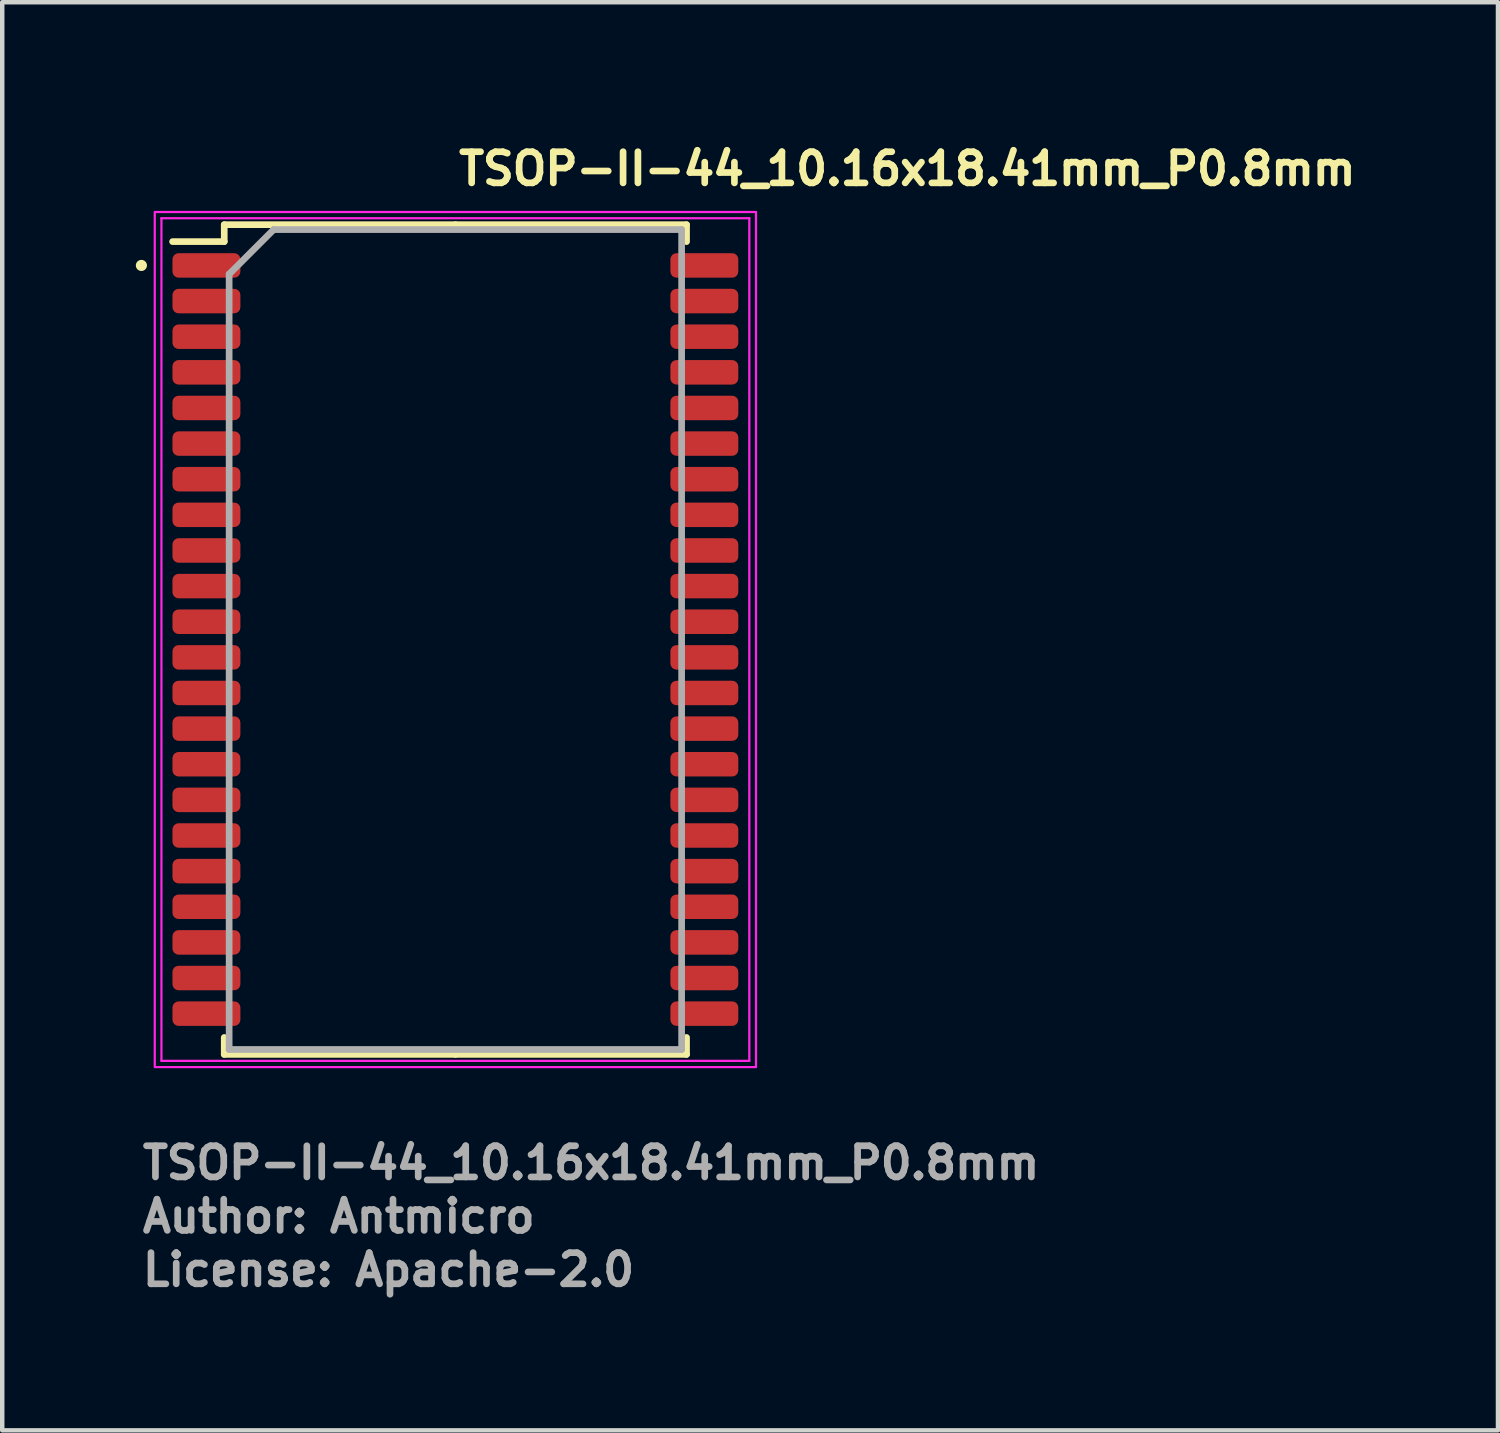
<source format=kicad_pcb>
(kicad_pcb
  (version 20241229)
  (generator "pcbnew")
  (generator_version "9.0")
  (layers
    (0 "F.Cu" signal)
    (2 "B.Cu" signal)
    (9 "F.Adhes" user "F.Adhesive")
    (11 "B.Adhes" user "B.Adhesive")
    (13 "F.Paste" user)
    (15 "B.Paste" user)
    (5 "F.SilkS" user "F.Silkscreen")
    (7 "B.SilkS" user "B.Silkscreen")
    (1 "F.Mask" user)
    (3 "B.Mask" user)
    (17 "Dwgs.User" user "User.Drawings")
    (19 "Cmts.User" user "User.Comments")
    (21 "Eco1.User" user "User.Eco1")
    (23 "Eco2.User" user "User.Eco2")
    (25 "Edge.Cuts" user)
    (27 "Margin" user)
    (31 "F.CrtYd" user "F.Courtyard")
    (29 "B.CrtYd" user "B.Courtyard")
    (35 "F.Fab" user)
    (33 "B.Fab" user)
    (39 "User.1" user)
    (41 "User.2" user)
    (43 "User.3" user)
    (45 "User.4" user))
  (footprint "TSOP-II-44_10.16x18.41mm_P0.8mm"
    (layer "F.Cu")
    (at 7.175 11.31)
    (property "Reference" "TSOP-II-44_10.16x18.41mm_P0.8mm" (at 0 -10.16 0) (layer "F.SilkS") (effects (font (size 0.7 0.7) (thickness 0.15)) (justify left bottom)))
    (attr smd)
    (fp_line (start -5.19 -9.315) (end -5.19 -8.935) (stroke (width 0.15) (type solid)) (layer "F.SilkS"))
    (fp_line (start -5.19 -8.935) (end -6.35 -8.935) (stroke (width 0.15) (type solid)) (layer "F.SilkS"))
    (fp_line (start -5.19 9.315) (end -5.19 8.935) (stroke (width 0.15) (type solid)) (layer "F.SilkS"))
    (fp_line (start 0 -9.315) (end -5.19 -9.315) (stroke (width 0.15) (type solid)) (layer "F.SilkS"))
    (fp_line (start 0 -9.315) (end 5.19 -9.315) (stroke (width 0.15) (type solid)) (layer "F.SilkS"))
    (fp_line (start 0 9.315) (end -5.19 9.315) (stroke (width 0.15) (type solid)) (layer "F.SilkS"))
    (fp_line (start 0 9.315) (end 5.19 9.315) (stroke (width 0.15) (type solid)) (layer "F.SilkS"))
    (fp_line (start 5.19 -9.315) (end 5.19 -8.935) (stroke (width 0.15) (type solid)) (layer "F.SilkS"))
    (fp_line (start 5.19 9.315) (end 5.19 8.935) (stroke (width 0.15) (type solid)) (layer "F.SilkS"))
    (fp_circle (center -7.05 -8.4) (end -7 -8.4) (stroke (width 0.15) (type solid)) (fill yes) (layer "F.SilkS"))
    (fp_line (start -6.6 -9.46) (end -6.6 9.46) (stroke (width 0.05) (type solid)) (layer "F.CrtYd"))
    (fp_line (start -6.6 9.46) (end 6.6 9.46) (stroke (width 0.05) (type solid)) (layer "F.CrtYd"))
    (fp_line (start 6.6 -9.46) (end -6.6 -9.46) (stroke (width 0.05) (type solid)) (layer "F.CrtYd"))
    (fp_line (start 6.6 9.46) (end 6.6 -9.46) (stroke (width 0.05) (type solid)) (layer "F.CrtYd"))
    (fp_rect (start -6.75 -9.6) (end 6.75 9.6) (stroke (width 0.05) (type solid)) (fill no) (layer "F.CrtYd"))
    (fp_line (start -5.08 -8.205) (end -4.08 -9.205) (stroke (width 0.15) (type solid)) (layer "F.Fab"))
    (fp_line (start -5.08 9.205) (end -5.08 -8.205) (stroke (width 0.15) (type solid)) (layer "F.Fab"))
    (fp_line (start -4.08 -9.205) (end 5.08 -9.205) (stroke (width 0.15) (type solid)) (layer "F.Fab"))
    (fp_line (start 5.08 -9.205) (end 5.08 9.205) (stroke (width 0.15) (type solid)) (layer "F.Fab"))
    (fp_line (start 5.08 9.205) (end -5.08 9.205) (stroke (width 0.15) (type solid)) (layer "F.Fab"))
    (fp_rect (start -5.83 -9.205) (end 5.83 9.205) (stroke (width 0.1) (type solid)) (fill no) (layer "User.5"))
    (fp_line (start -5.83 -8.525) (end -5.48 -8.525) (stroke (width 0.02) (type solid)) (layer "User.9"))
    (fp_line (start -5.83 -8.275) (end -5.83 -8.525) (stroke (width 0.02) (type solid)) (layer "User.9"))
    (fp_line (start -5.83 -8.275) (end -5.48 -8.275) (stroke (width 0.02) (type solid)) (layer "User.9"))
    (fp_line (start -5.83 -7.725) (end -5.48 -7.725) (stroke (width 0.02) (type solid)) (layer "User.9"))
    (fp_line (start -5.83 -7.475) (end -5.83 -7.725) (stroke (width 0.02) (type solid)) (layer "User.9"))
    (fp_line (start -5.83 -7.475) (end -5.48 -7.475) (stroke (width 0.02) (type solid)) (layer "User.9"))
    (fp_line (start -5.83 -6.925) (end -5.48 -6.925) (stroke (width 0.02) (type solid)) (layer "User.9"))
    (fp_line (start -5.83 -6.675) (end -5.83 -6.925) (stroke (width 0.02) (type solid)) (layer "User.9"))
    (fp_line (start -5.83 -6.675) (end -5.48 -6.675) (stroke (width 0.02) (type solid)) (layer "User.9"))
    (fp_line (start -5.83 -6.125) (end -5.48 -6.125) (stroke (width 0.02) (type solid)) (layer "User.9"))
    (fp_line (start -5.83 -5.875) (end -5.83 -6.125) (stroke (width 0.02) (type solid)) (layer "User.9"))
    (fp_line (start -5.83 -5.875) (end -5.48 -5.875) (stroke (width 0.02) (type solid)) (layer "User.9"))
    (fp_line (start -5.83 -5.325) (end -5.48 -5.325) (stroke (width 0.02) (type solid)) (layer "User.9"))
    (fp_line (start -5.83 -5.075) (end -5.83 -5.325) (stroke (width 0.02) (type solid)) (layer "User.9"))
    (fp_line (start -5.83 -5.075) (end -5.48 -5.075) (stroke (width 0.02) (type solid)) (layer "User.9"))
    (fp_line (start -5.83 -4.525) (end -5.48 -4.525) (stroke (width 0.02) (type solid)) (layer "User.9"))
    (fp_line (start -5.83 -4.275) (end -5.83 -4.525) (stroke (width 0.02) (type solid)) (layer "User.9"))
    (fp_line (start -5.83 -4.275) (end -5.48 -4.275) (stroke (width 0.02) (type solid)) (layer "User.9"))
    (fp_line (start -5.83 -3.725) (end -5.48 -3.725) (stroke (width 0.02) (type solid)) (layer "User.9"))
    (fp_line (start -5.83 -3.475) (end -5.83 -3.725) (stroke (width 0.02) (type solid)) (layer "User.9"))
    (fp_line (start -5.83 -3.475) (end -5.48 -3.475) (stroke (width 0.02) (type solid)) (layer "User.9"))
    (fp_line (start -5.83 -2.925) (end -5.48 -2.925) (stroke (width 0.02) (type solid)) (layer "User.9"))
    (fp_line (start -5.83 -2.675) (end -5.83 -2.925) (stroke (width 0.02) (type solid)) (layer "User.9"))
    (fp_line (start -5.83 -2.675) (end -5.48 -2.675) (stroke (width 0.02) (type solid)) (layer "User.9"))
    (fp_line (start -5.83 -2.125) (end -5.48 -2.125) (stroke (width 0.02) (type solid)) (layer "User.9"))
    (fp_line (start -5.83 -1.875) (end -5.83 -2.125) (stroke (width 0.02) (type solid)) (layer "User.9"))
    (fp_line (start -5.83 -1.875) (end -5.48 -1.875) (stroke (width 0.02) (type solid)) (layer "User.9"))
    (fp_line (start -5.83 -1.325) (end -5.48 -1.325) (stroke (width 0.02) (type solid)) (layer "User.9"))
    (fp_line (start -5.83 -1.075) (end -5.83 -1.325) (stroke (width 0.02) (type solid)) (layer "User.9"))
    (fp_line (start -5.83 -1.075) (end -5.48 -1.075) (stroke (width 0.02) (type solid)) (layer "User.9"))
    (fp_line (start -5.83 -0.525) (end -5.48 -0.525) (stroke (width 0.02) (type solid)) (layer "User.9"))
    (fp_line (start -5.83 -0.275) (end -5.83 -0.525) (stroke (width 0.02) (type solid)) (layer "User.9"))
    (fp_line (start -5.83 -0.275) (end -5.48 -0.275) (stroke (width 0.02) (type solid)) (layer "User.9"))
    (fp_line (start -5.83 0.275) (end -5.48 0.275) (stroke (width 0.02) (type solid)) (layer "User.9"))
    (fp_line (start -5.83 0.525) (end -5.83 0.275) (stroke (width 0.02) (type solid)) (layer "User.9"))
    (fp_line (start -5.83 0.525) (end -5.48 0.525) (stroke (width 0.02) (type solid)) (layer "User.9"))
    (fp_line (start -5.83 1.075) (end -5.48 1.075) (stroke (width 0.02) (type solid)) (layer "User.9"))
    (fp_line (start -5.83 1.325) (end -5.83 1.075) (stroke (width 0.02) (type solid)) (layer "User.9"))
    (fp_line (start -5.83 1.325) (end -5.48 1.325) (stroke (width 0.02) (type solid)) (layer "User.9"))
    (fp_line (start -5.83 1.875) (end -5.48 1.875) (stroke (width 0.02) (type solid)) (layer "User.9"))
    (fp_line (start -5.83 2.125) (end -5.83 1.875) (stroke (width 0.02) (type solid)) (layer "User.9"))
    (fp_line (start -5.83 2.125) (end -5.48 2.125) (stroke (width 0.02) (type solid)) (layer "User.9"))
    (fp_line (start -5.83 2.675) (end -5.48 2.675) (stroke (width 0.02) (type solid)) (layer "User.9"))
    (fp_line (start -5.83 2.925) (end -5.83 2.675) (stroke (width 0.02) (type solid)) (layer "User.9"))
    (fp_line (start -5.83 2.925) (end -5.48 2.925) (stroke (width 0.02) (type solid)) (layer "User.9"))
    (fp_line (start -5.83 3.475) (end -5.48 3.475) (stroke (width 0.02) (type solid)) (layer "User.9"))
    (fp_line (start -5.83 3.725) (end -5.83 3.475) (stroke (width 0.02) (type solid)) (layer "User.9"))
    (fp_line (start -5.83 3.725) (end -5.48 3.725) (stroke (width 0.02) (type solid)) (layer "User.9"))
    (fp_line (start -5.83 4.275) (end -5.48 4.275) (stroke (width 0.02) (type solid)) (layer "User.9"))
    (fp_line (start -5.83 4.525) (end -5.83 4.275) (stroke (width 0.02) (type solid)) (layer "User.9"))
    (fp_line (start -5.83 4.525) (end -5.48 4.525) (stroke (width 0.02) (type solid)) (layer "User.9"))
    (fp_line (start -5.83 5.075) (end -5.48 5.075) (stroke (width 0.02) (type solid)) (layer "User.9"))
    (fp_line (start -5.83 5.325) (end -5.83 5.075) (stroke (width 0.02) (type solid)) (layer "User.9"))
    (fp_line (start -5.83 5.325) (end -5.48 5.325) (stroke (width 0.02) (type solid)) (layer "User.9"))
    (fp_line (start -5.83 5.875) (end -5.48 5.875) (stroke (width 0.02) (type solid)) (layer "User.9"))
    (fp_line (start -5.83 6.125) (end -5.83 5.875) (stroke (width 0.02) (type solid)) (layer "User.9"))
    (fp_line (start -5.83 6.125) (end -5.48 6.125) (stroke (width 0.02) (type solid)) (layer "User.9"))
    (fp_line (start -5.83 6.675) (end -5.48 6.675) (stroke (width 0.02) (type solid)) (layer "User.9"))
    (fp_line (start -5.83 6.925) (end -5.83 6.675) (stroke (width 0.02) (type solid)) (layer "User.9"))
    (fp_line (start -5.83 6.925) (end -5.48 6.925) (stroke (width 0.02) (type solid)) (layer "User.9"))
    (fp_line (start -5.83 7.475) (end -5.48 7.475) (stroke (width 0.02) (type solid)) (layer "User.9"))
    (fp_line (start -5.83 7.725) (end -5.83 7.475) (stroke (width 0.02) (type solid)) (layer "User.9"))
    (fp_line (start -5.83 7.725) (end -5.48 7.725) (stroke (width 0.02) (type solid)) (layer "User.9"))
    (fp_line (start -5.83 8.275) (end -5.48 8.275) (stroke (width 0.02) (type solid)) (layer "User.9"))
    (fp_line (start -5.83 8.525) (end -5.83 8.275) (stroke (width 0.02) (type solid)) (layer "User.9"))
    (fp_line (start -5.83 8.525) (end -5.48 8.525) (stroke (width 0.02) (type solid)) (layer "User.9"))
    (fp_line (start -5.48 -8.525) (end -5.38 -8.525) (stroke (width 0.02) (type solid)) (layer "User.9"))
    (fp_line (start -5.48 -8.275) (end -5.38 -8.275) (stroke (width 0.02) (type solid)) (layer "User.9"))
    (fp_line (start -5.48 -7.725) (end -5.38 -7.725) (stroke (width 0.02) (type solid)) (layer "User.9"))
    (fp_line (start -5.48 -7.475) (end -5.38 -7.475) (stroke (width 0.02) (type solid)) (layer "User.9"))
    (fp_line (start -5.48 -6.925) (end -5.38 -6.925) (stroke (width 0.02) (type solid)) (layer "User.9"))
    (fp_line (start -5.48 -6.675) (end -5.38 -6.675) (stroke (width 0.02) (type solid)) (layer "User.9"))
    (fp_line (start -5.48 -6.125) (end -5.38 -6.125) (stroke (width 0.02) (type solid)) (layer "User.9"))
    (fp_line (start -5.48 -5.875) (end -5.38 -5.875) (stroke (width 0.02) (type solid)) (layer "User.9"))
    (fp_line (start -5.48 -5.325) (end -5.38 -5.325) (stroke (width 0.02) (type solid)) (layer "User.9"))
    (fp_line (start -5.48 -5.075) (end -5.38 -5.075) (stroke (width 0.02) (type solid)) (layer "User.9"))
    (fp_line (start -5.48 -4.525) (end -5.38 -4.525) (stroke (width 0.02) (type solid)) (layer "User.9"))
    (fp_line (start -5.48 -4.275) (end -5.38 -4.275) (stroke (width 0.02) (type solid)) (layer "User.9"))
    (fp_line (start -5.48 -3.725) (end -5.38 -3.725) (stroke (width 0.02) (type solid)) (layer "User.9"))
    (fp_line (start -5.48 -3.475) (end -5.38 -3.475) (stroke (width 0.02) (type solid)) (layer "User.9"))
    (fp_line (start -5.48 -2.925) (end -5.38 -2.925) (stroke (width 0.02) (type solid)) (layer "User.9"))
    (fp_line (start -5.48 -2.675) (end -5.38 -2.675) (stroke (width 0.02) (type solid)) (layer "User.9"))
    (fp_line (start -5.48 -2.125) (end -5.38 -2.125) (stroke (width 0.02) (type solid)) (layer "User.9"))
    (fp_line (start -5.48 -1.875) (end -5.38 -1.875) (stroke (width 0.02) (type solid)) (layer "User.9"))
    (fp_line (start -5.48 -1.325) (end -5.38 -1.325) (stroke (width 0.02) (type solid)) (layer "User.9"))
    (fp_line (start -5.48 -1.075) (end -5.38 -1.075) (stroke (width 0.02) (type solid)) (layer "User.9"))
    (fp_line (start -5.48 -0.525) (end -5.38 -0.525) (stroke (width 0.02) (type solid)) (layer "User.9"))
    (fp_line (start -5.48 -0.275) (end -5.38 -0.275) (stroke (width 0.02) (type solid)) (layer "User.9"))
    (fp_line (start -5.48 0.275) (end -5.38 0.275) (stroke (width 0.02) (type solid)) (layer "User.9"))
    (fp_line (start -5.48 0.525) (end -5.38 0.525) (stroke (width 0.02) (type solid)) (layer "User.9"))
    (fp_line (start -5.48 1.075) (end -5.38 1.075) (stroke (width 0.02) (type solid)) (layer "User.9"))
    (fp_line (start -5.48 1.325) (end -5.38 1.325) (stroke (width 0.02) (type solid)) (layer "User.9"))
    (fp_line (start -5.48 1.875) (end -5.38 1.875) (stroke (width 0.02) (type solid)) (layer "User.9"))
    (fp_line (start -5.48 2.125) (end -5.38 2.125) (stroke (width 0.02) (type solid)) (layer "User.9"))
    (fp_line (start -5.48 2.675) (end -5.38 2.675) (stroke (width 0.02) (type solid)) (layer "User.9"))
    (fp_line (start -5.48 2.925) (end -5.38 2.925) (stroke (width 0.02) (type solid)) (layer "User.9"))
    (fp_line (start -5.48 3.475) (end -5.38 3.475) (stroke (width 0.02) (type solid)) (layer "User.9"))
    (fp_line (start -5.48 3.725) (end -5.38 3.725) (stroke (width 0.02) (type solid)) (layer "User.9"))
    (fp_line (start -5.48 4.275) (end -5.38 4.275) (stroke (width 0.02) (type solid)) (layer "User.9"))
    (fp_line (start -5.48 4.525) (end -5.38 4.525) (stroke (width 0.02) (type solid)) (layer "User.9"))
    (fp_line (start -5.48 5.075) (end -5.38 5.075) (stroke (width 0.02) (type solid)) (layer "User.9"))
    (fp_line (start -5.48 5.325) (end -5.38 5.325) (stroke (width 0.02) (type solid)) (layer "User.9"))
    (fp_line (start -5.48 5.875) (end -5.38 5.875) (stroke (width 0.02) (type solid)) (layer "User.9"))
    (fp_line (start -5.48 6.125) (end -5.38 6.125) (stroke (width 0.02) (type solid)) (layer "User.9"))
    (fp_line (start -5.48 6.675) (end -5.38 6.675) (stroke (width 0.02) (type solid)) (layer "User.9"))
    (fp_line (start -5.48 6.925) (end -5.38 6.925) (stroke (width 0.02) (type solid)) (layer "User.9"))
    (fp_line (start -5.48 7.475) (end -5.38 7.475) (stroke (width 0.02) (type solid)) (layer "User.9"))
    (fp_line (start -5.48 7.725) (end -5.38 7.725) (stroke (width 0.02) (type solid)) (layer "User.9"))
    (fp_line (start -5.48 8.275) (end -5.38 8.275) (stroke (width 0.02) (type solid)) (layer "User.9"))
    (fp_line (start -5.48 8.525) (end -5.38 8.525) (stroke (width 0.02) (type solid)) (layer "User.9"))
    (fp_line (start -5.38 -8.525) (end -5.18 -8.525) (stroke (width 0.02) (type solid)) (layer "User.9"))
    (fp_line (start -5.38 -8.275) (end -5.38 -8.525) (stroke (width 0.02) (type solid)) (layer "User.9"))
    (fp_line (start -5.38 -8.275) (end -5.38 -8.525) (stroke (width 0.02) (type solid)) (layer "User.9"))
    (fp_line (start -5.38 -8.275) (end -5.18 -8.275) (stroke (width 0.02) (type solid)) (layer "User.9"))
    (fp_line (start -5.38 -7.725) (end -5.18 -7.725) (stroke (width 0.02) (type solid)) (layer "User.9"))
    (fp_line (start -5.38 -7.475) (end -5.38 -7.725) (stroke (width 0.02) (type solid)) (layer "User.9"))
    (fp_line (start -5.38 -7.475) (end -5.38 -7.725) (stroke (width 0.02) (type solid)) (layer "User.9"))
    (fp_line (start -5.38 -7.475) (end -5.18 -7.475) (stroke (width 0.02) (type solid)) (layer "User.9"))
    (fp_line (start -5.38 -6.925) (end -5.18 -6.925) (stroke (width 0.02) (type solid)) (layer "User.9"))
    (fp_line (start -5.38 -6.675) (end -5.38 -6.925) (stroke (width 0.02) (type solid)) (layer "User.9"))
    (fp_line (start -5.38 -6.675) (end -5.38 -6.925) (stroke (width 0.02) (type solid)) (layer "User.9"))
    (fp_line (start -5.38 -6.675) (end -5.18 -6.675) (stroke (width 0.02) (type solid)) (layer "User.9"))
    (fp_line (start -5.38 -6.125) (end -5.18 -6.125) (stroke (width 0.02) (type solid)) (layer "User.9"))
    (fp_line (start -5.38 -5.875) (end -5.38 -6.125) (stroke (width 0.02) (type solid)) (layer "User.9"))
    (fp_line (start -5.38 -5.875) (end -5.18 -5.875) (stroke (width 0.02) (type solid)) (layer "User.9"))
    (fp_line (start -5.38 -5.325) (end -5.18 -5.325) (stroke (width 0.02) (type solid)) (layer "User.9"))
    (fp_line (start -5.38 -5.075) (end -5.38 -5.325) (stroke (width 0.02) (type solid)) (layer "User.9"))
    (fp_line (start -5.38 -5.075) (end -5.18 -5.075) (stroke (width 0.02) (type solid)) (layer "User.9"))
    (fp_line (start -5.38 -4.525) (end -5.18 -4.525) (stroke (width 0.02) (type solid)) (layer "User.9"))
    (fp_line (start -5.38 -4.275) (end -5.38 -4.525) (stroke (width 0.02) (type solid)) (layer "User.9"))
    (fp_line (start -5.38 -4.275) (end -5.38 -4.525) (stroke (width 0.02) (type solid)) (layer "User.9"))
    (fp_line (start -5.38 -4.275) (end -5.18 -4.275) (stroke (width 0.02) (type solid)) (layer "User.9"))
    (fp_line (start -5.38 -3.725) (end -5.18 -3.725) (stroke (width 0.02) (type solid)) (layer "User.9"))
    (fp_line (start -5.38 -3.475) (end -5.38 -3.725) (stroke (width 0.02) (type solid)) (layer "User.9"))
    (fp_line (start -5.38 -3.475) (end -5.18 -3.475) (stroke (width 0.02) (type solid)) (layer "User.9"))
    (fp_line (start -5.38 -2.925) (end -5.18 -2.925) (stroke (width 0.02) (type solid)) (layer "User.9"))
    (fp_line (start -5.38 -2.675) (end -5.38 -2.925) (stroke (width 0.02) (type solid)) (layer "User.9"))
    (fp_line (start -5.38 -2.675) (end -5.38 -2.925) (stroke (width 0.02) (type solid)) (layer "User.9"))
    (fp_line (start -5.38 -2.675) (end -5.18 -2.675) (stroke (width 0.02) (type solid)) (layer "User.9"))
    (fp_line (start -5.38 -2.125) (end -5.18 -2.125) (stroke (width 0.02) (type solid)) (layer "User.9"))
    (fp_line (start -5.38 -1.875) (end -5.38 -2.125) (stroke (width 0.02) (type solid)) (layer "User.9"))
    (fp_line (start -5.38 -1.875) (end -5.38 -2.125) (stroke (width 0.02) (type solid)) (layer "User.9"))
    (fp_line (start -5.38 -1.875) (end -5.18 -1.875) (stroke (width 0.02) (type solid)) (layer "User.9"))
    (fp_line (start -5.38 -1.325) (end -5.18 -1.325) (stroke (width 0.02) (type solid)) (layer "User.9"))
    (fp_line (start -5.38 -1.075) (end -5.38 -1.325) (stroke (width 0.02) (type solid)) (layer "User.9"))
    (fp_line (start -5.38 -1.075) (end -5.18 -1.075) (stroke (width 0.02) (type solid)) (layer "User.9"))
    (fp_line (start -5.38 -0.525) (end -5.18 -0.525) (stroke (width 0.02) (type solid)) (layer "User.9"))
    (fp_line (start -5.38 -0.275) (end -5.38 -0.525) (stroke (width 0.02) (type solid)) (layer "User.9"))
    (fp_line (start -5.38 -0.275) (end -5.38 -0.525) (stroke (width 0.02) (type solid)) (layer "User.9"))
    (fp_line (start -5.38 -0.275) (end -5.18 -0.275) (stroke (width 0.02) (type solid)) (layer "User.9"))
    (fp_line (start -5.38 0.275) (end -5.18 0.275) (stroke (width 0.02) (type solid)) (layer "User.9"))
    (fp_line (start -5.38 0.525) (end -5.38 0.275) (stroke (width 0.02) (type solid)) (layer "User.9"))
    (fp_line (start -5.38 0.525) (end -5.38 0.275) (stroke (width 0.02) (type solid)) (layer "User.9"))
    (fp_line (start -5.38 0.525) (end -5.18 0.525) (stroke (width 0.02) (type solid)) (layer "User.9"))
    (fp_line (start -5.38 1.075) (end -5.18 1.075) (stroke (width 0.02) (type solid)) (layer "User.9"))
    (fp_line (start -5.38 1.325) (end -5.38 1.075) (stroke (width 0.02) (type solid)) (layer "User.9"))
    (fp_line (start -5.38 1.325) (end -5.38 1.075) (stroke (width 0.02) (type solid)) (layer "User.9"))
    (fp_line (start -5.38 1.325) (end -5.18 1.325) (stroke (width 0.02) (type solid)) (layer "User.9"))
    (fp_line (start -5.38 1.875) (end -5.18 1.875) (stroke (width 0.02) (type solid)) (layer "User.9"))
    (fp_line (start -5.38 2.125) (end -5.38 1.875) (stroke (width 0.02) (type solid)) (layer "User.9"))
    (fp_line (start -5.38 2.125) (end -5.18 2.125) (stroke (width 0.02) (type solid)) (layer "User.9"))
    (fp_line (start -5.38 2.675) (end -5.18 2.675) (stroke (width 0.02) (type solid)) (layer "User.9"))
    (fp_line (start -5.38 2.925) (end -5.38 2.675) (stroke (width 0.02) (type solid)) (layer "User.9"))
    (fp_line (start -5.38 2.925) (end -5.18 2.925) (stroke (width 0.02) (type solid)) (layer "User.9"))
    (fp_line (start -5.38 3.475) (end -5.18 3.475) (stroke (width 0.02) (type solid)) (layer "User.9"))
    (fp_line (start -5.38 3.725) (end -5.38 3.475) (stroke (width 0.02) (type solid)) (layer "User.9"))
    (fp_line (start -5.38 3.725) (end -5.38 3.475) (stroke (width 0.02) (type solid)) (layer "User.9"))
    (fp_line (start -5.38 3.725) (end -5.18 3.725) (stroke (width 0.02) (type solid)) (layer "User.9"))
    (fp_line (start -5.38 4.275) (end -5.18 4.275) (stroke (width 0.02) (type solid)) (layer "User.9"))
    (fp_line (start -5.38 4.525) (end -5.38 4.275) (stroke (width 0.02) (type solid)) (layer "User.9"))
    (fp_line (start -5.38 4.525) (end -5.18 4.525) (stroke (width 0.02) (type solid)) (layer "User.9"))
    (fp_line (start -5.38 5.075) (end -5.18 5.075) (stroke (width 0.02) (type solid)) (layer "User.9"))
    (fp_line (start -5.38 5.325) (end -5.38 5.075) (stroke (width 0.02) (type solid)) (layer "User.9"))
    (fp_line (start -5.38 5.325) (end -5.38 5.075) (stroke (width 0.02) (type solid)) (layer "User.9"))
    (fp_line (start -5.38 5.325) (end -5.18 5.325) (stroke (width 0.02) (type solid)) (layer "User.9"))
    (fp_line (start -5.38 5.875) (end -5.18 5.875) (stroke (width 0.02) (type solid)) (layer "User.9"))
    (fp_line (start -5.38 6.125) (end -5.38 5.875) (stroke (width 0.02) (type solid)) (layer "User.9"))
    (fp_line (start -5.38 6.125) (end -5.38 5.875) (stroke (width 0.02) (type solid)) (layer "User.9"))
    (fp_line (start -5.38 6.125) (end -5.18 6.125) (stroke (width 0.02) (type solid)) (layer "User.9"))
    (fp_line (start -5.38 6.675) (end -5.18 6.675) (stroke (width 0.02) (type solid)) (layer "User.9"))
    (fp_line (start -5.38 6.925) (end -5.38 6.675) (stroke (width 0.02) (type solid)) (layer "User.9"))
    (fp_line (start -5.38 6.925) (end -5.18 6.925) (stroke (width 0.02) (type solid)) (layer "User.9"))
    (fp_line (start -5.38 7.475) (end -5.18 7.475) (stroke (width 0.02) (type solid)) (layer "User.9"))
    (fp_line (start -5.38 7.725) (end -5.38 7.475) (stroke (width 0.02) (type solid)) (layer "User.9"))
    (fp_line (start -5.38 7.725) (end -5.38 7.475) (stroke (width 0.02) (type solid)) (layer "User.9"))
    (fp_line (start -5.38 7.725) (end -5.18 7.725) (stroke (width 0.02) (type solid)) (layer "User.9"))
    (fp_line (start -5.38 8.275) (end -5.18 8.275) (stroke (width 0.02) (type solid)) (layer "User.9"))
    (fp_line (start -5.38 8.525) (end -5.38 8.275) (stroke (width 0.02) (type solid)) (layer "User.9"))
    (fp_line (start -5.38 8.525) (end -5.38 8.275) (stroke (width 0.02) (type solid)) (layer "User.9"))
    (fp_line (start -5.38 8.525) (end -5.18 8.525) (stroke (width 0.02) (type solid)) (layer "User.9"))
    (fp_line (start -5.18 -8.525) (end -5.08 -8.525) (stroke (width 0.02) (type solid)) (layer "User.9"))
    (fp_line (start -5.18 -8.275) (end -5.08 -8.275) (stroke (width 0.02) (type solid)) (layer "User.9"))
    (fp_line (start -5.18 -7.725) (end -5.08 -7.725) (stroke (width 0.02) (type solid)) (layer "User.9"))
    (fp_line (start -5.18 -7.475) (end -5.08 -7.475) (stroke (width 0.02) (type solid)) (layer "User.9"))
    (fp_line (start -5.18 -6.925) (end -5.08 -6.925) (stroke (width 0.02) (type solid)) (layer "User.9"))
    (fp_line (start -5.18 -6.675) (end -5.08 -6.675) (stroke (width 0.02) (type solid)) (layer "User.9"))
    (fp_line (start -5.18 -6.125) (end -5.08 -6.125) (stroke (width 0.02) (type solid)) (layer "User.9"))
    (fp_line (start -5.18 -5.875) (end -5.08 -5.875) (stroke (width 0.02) (type solid)) (layer "User.9"))
    (fp_line (start -5.18 -5.325) (end -5.08 -5.325) (stroke (width 0.02) (type solid)) (layer "User.9"))
    (fp_line (start -5.18 -5.075) (end -5.08 -5.075) (stroke (width 0.02) (type solid)) (layer "User.9"))
    (fp_line (start -5.18 -4.525) (end -5.08 -4.525) (stroke (width 0.02) (type solid)) (layer "User.9"))
    (fp_line (start -5.18 -4.275) (end -5.08 -4.275) (stroke (width 0.02) (type solid)) (layer "User.9"))
    (fp_line (start -5.18 -3.725) (end -5.08 -3.725) (stroke (width 0.02) (type solid)) (layer "User.9"))
    (fp_line (start -5.18 -3.475) (end -5.08 -3.475) (stroke (width 0.02) (type solid)) (layer "User.9"))
    (fp_line (start -5.18 -2.925) (end -5.08 -2.925) (stroke (width 0.02) (type solid)) (layer "User.9"))
    (fp_line (start -5.18 -2.675) (end -5.08 -2.675) (stroke (width 0.02) (type solid)) (layer "User.9"))
    (fp_line (start -5.18 -2.125) (end -5.08 -2.125) (stroke (width 0.02) (type solid)) (layer "User.9"))
    (fp_line (start -5.18 -1.875) (end -5.08 -1.875) (stroke (width 0.02) (type solid)) (layer "User.9"))
    (fp_line (start -5.18 -1.325) (end -5.08 -1.325) (stroke (width 0.02) (type solid)) (layer "User.9"))
    (fp_line (start -5.18 -1.075) (end -5.08 -1.075) (stroke (width 0.02) (type solid)) (layer "User.9"))
    (fp_line (start -5.18 -0.525) (end -5.08 -0.525) (stroke (width 0.02) (type solid)) (layer "User.9"))
    (fp_line (start -5.18 -0.275) (end -5.08 -0.275) (stroke (width 0.02) (type solid)) (layer "User.9"))
    (fp_line (start -5.18 0.275) (end -5.08 0.275) (stroke (width 0.02) (type solid)) (layer "User.9"))
    (fp_line (start -5.18 0.525) (end -5.08 0.525) (stroke (width 0.02) (type solid)) (layer "User.9"))
    (fp_line (start -5.18 1.075) (end -5.08 1.075) (stroke (width 0.02) (type solid)) (layer "User.9"))
    (fp_line (start -5.18 1.325) (end -5.08 1.325) (stroke (width 0.02) (type solid)) (layer "User.9"))
    (fp_line (start -5.18 1.875) (end -5.08 1.875) (stroke (width 0.02) (type solid)) (layer "User.9"))
    (fp_line (start -5.18 2.125) (end -5.08 2.125) (stroke (width 0.02) (type solid)) (layer "User.9"))
    (fp_line (start -5.18 2.675) (end -5.08 2.675) (stroke (width 0.02) (type solid)) (layer "User.9"))
    (fp_line (start -5.18 2.925) (end -5.08 2.925) (stroke (width 0.02) (type solid)) (layer "User.9"))
    (fp_line (start -5.18 3.475) (end -5.08 3.475) (stroke (width 0.02) (type solid)) (layer "User.9"))
    (fp_line (start -5.18 3.725) (end -5.08 3.725) (stroke (width 0.02) (type solid)) (layer "User.9"))
    (fp_line (start -5.18 4.275) (end -5.08 4.275) (stroke (width 0.02) (type solid)) (layer "User.9"))
    (fp_line (start -5.18 4.525) (end -5.08 4.525) (stroke (width 0.02) (type solid)) (layer "User.9"))
    (fp_line (start -5.18 5.075) (end -5.08 5.075) (stroke (width 0.02) (type solid)) (layer "User.9"))
    (fp_line (start -5.18 5.325) (end -5.08 5.325) (stroke (width 0.02) (type solid)) (layer "User.9"))
    (fp_line (start -5.18 5.875) (end -5.08 5.875) (stroke (width 0.02) (type solid)) (layer "User.9"))
    (fp_line (start -5.18 6.125) (end -5.08 6.125) (stroke (width 0.02) (type solid)) (layer "User.9"))
    (fp_line (start -5.18 6.675) (end -5.08 6.675) (stroke (width 0.02) (type solid)) (layer "User.9"))
    (fp_line (start -5.18 6.925) (end -5.08 6.925) (stroke (width 0.02) (type solid)) (layer "User.9"))
    (fp_line (start -5.18 7.475) (end -5.08 7.475) (stroke (width 0.02) (type solid)) (layer "User.9"))
    (fp_line (start -5.18 7.725) (end -5.08 7.725) (stroke (width 0.02) (type solid)) (layer "User.9"))
    (fp_line (start -5.18 8.275) (end -5.08 8.275) (stroke (width 0.02) (type solid)) (layer "User.9"))
    (fp_line (start -5.18 8.525) (end -5.08 8.525) (stroke (width 0.02) (type solid)) (layer "User.9"))
    (fp_line (start -5.08 -9.03) (end -5.005 -8.992) (stroke (width 0.02) (type solid)) (layer "User.9"))
    (fp_line (start -5.08 -9.03) (end -4.905 -9.205) (stroke (width 0.02) (type solid)) (layer "User.9"))
    (fp_line (start -5.08 -8.525) (end -5.08 -9.03) (stroke (width 0.02) (type solid)) (layer "User.9"))
    (fp_line (start -5.08 -7.725) (end -5.08 -8.275) (stroke (width 0.02) (type solid)) (layer "User.9"))
    (fp_line (start -5.08 -6.925) (end -5.08 -7.475) (stroke (width 0.02) (type solid)) (layer "User.9"))
    (fp_line (start -5.08 -6.125) (end -5.08 -6.675) (stroke (width 0.02) (type solid)) (layer "User.9"))
    (fp_line (start -5.08 -5.325) (end -5.08 -5.875) (stroke (width 0.02) (type solid)) (layer "User.9"))
    (fp_line (start -5.08 -4.525) (end -5.08 -5.075) (stroke (width 0.02) (type solid)) (layer "User.9"))
    (fp_line (start -5.08 -3.725) (end -5.08 -4.275) (stroke (width 0.02) (type solid)) (layer "User.9"))
    (fp_line (start -5.08 -2.925) (end -5.08 -3.475) (stroke (width 0.02) (type solid)) (layer "User.9"))
    (fp_line (start -5.08 -2.125) (end -5.08 -2.675) (stroke (width 0.02) (type solid)) (layer "User.9"))
    (fp_line (start -5.08 -1.325) (end -5.08 -1.875) (stroke (width 0.02) (type solid)) (layer "User.9"))
    (fp_line (start -5.08 -0.525) (end -5.08 -1.075) (stroke (width 0.02) (type solid)) (layer "User.9"))
    (fp_line (start -5.08 0.275) (end -5.08 -0.275) (stroke (width 0.02) (type solid)) (layer "User.9"))
    (fp_line (start -5.08 1.075) (end -5.08 0.525) (stroke (width 0.02) (type solid)) (layer "User.9"))
    (fp_line (start -5.08 1.875) (end -5.08 1.325) (stroke (width 0.02) (type solid)) (layer "User.9"))
    (fp_line (start -5.08 2.675) (end -5.08 2.125) (stroke (width 0.02) (type solid)) (layer "User.9"))
    (fp_line (start -5.08 3.475) (end -5.08 2.925) (stroke (width 0.02) (type solid)) (layer "User.9"))
    (fp_line (start -5.08 4.275) (end -5.08 3.725) (stroke (width 0.02) (type solid)) (layer "User.9"))
    (fp_line (start -5.08 5.075) (end -5.08 4.525) (stroke (width 0.02) (type solid)) (layer "User.9"))
    (fp_line (start -5.08 5.875) (end -5.08 5.325) (stroke (width 0.02) (type solid)) (layer "User.9"))
    (fp_line (start -5.08 6.675) (end -5.08 6.125) (stroke (width 0.02) (type solid)) (layer "User.9"))
    (fp_line (start -5.08 7.475) (end -5.08 6.925) (stroke (width 0.02) (type solid)) (layer "User.9"))
    (fp_line (start -5.08 8.275) (end -5.08 7.725) (stroke (width 0.02) (type solid)) (layer "User.9"))
    (fp_line (start -5.08 9.03) (end -5.08 8.525) (stroke (width 0.02) (type solid)) (layer "User.9"))
    (fp_line (start -5.08 9.03) (end -5.005 8.992) (stroke (width 0.02) (type solid)) (layer "User.9"))
    (fp_line (start -5.005 -8.992) (end -4.894 -8.937) (stroke (width 0.02) (type solid)) (layer "User.9"))
    (fp_line (start -5.005 -8.992) (end -4.868 -9.13) (stroke (width 0.02) (type solid)) (layer "User.9"))
    (fp_line (start -5.005 -8.525) (end -5.005 -8.992) (stroke (width 0.02) (type solid)) (layer "User.9"))
    (fp_line (start -5.005 -8.275) (end -5.005 -8.525) (stroke (width 0.02) (type solid)) (layer "User.9"))
    (fp_line (start -5.005 -7.725) (end -5.005 -8.275) (stroke (width 0.02) (type solid)) (layer "User.9"))
    (fp_line (start -5.005 -7.475) (end -5.005 -7.725) (stroke (width 0.02) (type solid)) (layer "User.9"))
    (fp_line (start -5.005 -6.925) (end -5.005 -7.475) (stroke (width 0.02) (type solid)) (layer "User.9"))
    (fp_line (start -5.005 -6.675) (end -5.005 -6.925) (stroke (width 0.02) (type solid)) (layer "User.9"))
    (fp_line (start -5.005 -6.125) (end -5.005 -6.675) (stroke (width 0.02) (type solid)) (layer "User.9"))
    (fp_line (start -5.005 -5.875) (end -5.005 -6.125) (stroke (width 0.02) (type solid)) (layer "User.9"))
    (fp_line (start -5.005 -5.325) (end -5.005 -5.875) (stroke (width 0.02) (type solid)) (layer "User.9"))
    (fp_line (start -5.005 -5.075) (end -5.005 -5.325) (stroke (width 0.02) (type solid)) (layer "User.9"))
    (fp_line (start -5.005 -4.525) (end -5.005 -5.075) (stroke (width 0.02) (type solid)) (layer "User.9"))
    (fp_line (start -5.005 -4.275) (end -5.005 -4.525) (stroke (width 0.02) (type solid)) (layer "User.9"))
    (fp_line (start -5.005 -3.725) (end -5.005 -4.275) (stroke (width 0.02) (type solid)) (layer "User.9"))
    (fp_line (start -5.005 -3.475) (end -5.005 -3.725) (stroke (width 0.02) (type solid)) (layer "User.9"))
    (fp_line (start -5.005 -2.925) (end -5.005 -3.475) (stroke (width 0.02) (type solid)) (layer "User.9"))
    (fp_line (start -5.005 -2.675) (end -5.005 -2.925) (stroke (width 0.02) (type solid)) (layer "User.9"))
    (fp_line (start -5.005 -2.125) (end -5.005 -2.675) (stroke (width 0.02) (type solid)) (layer "User.9"))
    (fp_line (start -5.005 -1.875) (end -5.005 -2.125) (stroke (width 0.02) (type solid)) (layer "User.9"))
    (fp_line (start -5.005 -1.325) (end -5.005 -1.875) (stroke (width 0.02) (type solid)) (layer "User.9"))
    (fp_line (start -5.005 -1.075) (end -5.005 -1.325) (stroke (width 0.02) (type solid)) (layer "User.9"))
    (fp_line (start -5.005 -0.525) (end -5.005 -1.075) (stroke (width 0.02) (type solid)) (layer "User.9"))
    (fp_line (start -5.005 -0.275) (end -5.005 -0.525) (stroke (width 0.02) (type solid)) (layer "User.9"))
    (fp_line (start -5.005 0.275) (end -5.005 -0.275) (stroke (width 0.02) (type solid)) (layer "User.9"))
    (fp_line (start -5.005 0.525) (end -5.005 0.275) (stroke (width 0.02) (type solid)) (layer "User.9"))
    (fp_line (start -5.005 1.075) (end -5.005 0.525) (stroke (width 0.02) (type solid)) (layer "User.9"))
    (fp_line (start -5.005 1.325) (end -5.005 1.075) (stroke (width 0.02) (type solid)) (layer "User.9"))
    (fp_line (start -5.005 1.875) (end -5.005 1.325) (stroke (width 0.02) (type solid)) (layer "User.9"))
    (fp_line (start -5.005 2.125) (end -5.005 1.875) (stroke (width 0.02) (type solid)) (layer "User.9"))
    (fp_line (start -5.005 2.675) (end -5.005 2.125) (stroke (width 0.02) (type solid)) (layer "User.9"))
    (fp_line (start -5.005 2.925) (end -5.005 2.675) (stroke (width 0.02) (type solid)) (layer "User.9"))
    (fp_line (start -5.005 3.475) (end -5.005 2.925) (stroke (width 0.02) (type solid)) (layer "User.9"))
    (fp_line (start -5.005 3.725) (end -5.005 3.475) (stroke (width 0.02) (type solid)) (layer "User.9"))
    (fp_line (start -5.005 4.275) (end -5.005 3.725) (stroke (width 0.02) (type solid)) (layer "User.9"))
    (fp_line (start -5.005 4.525) (end -5.005 4.275) (stroke (width 0.02) (type solid)) (layer "User.9"))
    (fp_line (start -5.005 5.075) (end -5.005 4.525) (stroke (width 0.02) (type solid)) (layer "User.9"))
    (fp_line (start -5.005 5.325) (end -5.005 5.075) (stroke (width 0.02) (type solid)) (layer "User.9"))
    (fp_line (start -5.005 5.875) (end -5.005 5.325) (stroke (width 0.02) (type solid)) (layer "User.9"))
    (fp_line (start -5.005 6.125) (end -5.005 5.875) (stroke (width 0.02) (type solid)) (layer "User.9"))
    (fp_line (start -5.005 6.675) (end -5.005 6.125) (stroke (width 0.02) (type solid)) (layer "User.9"))
    (fp_line (start -5.005 6.925) (end -5.005 6.675) (stroke (width 0.02) (type solid)) (layer "User.9"))
    (fp_line (start -5.005 7.475) (end -5.005 6.925) (stroke (width 0.02) (type solid)) (layer "User.9"))
    (fp_line (start -5.005 7.725) (end -5.005 7.475) (stroke (width 0.02) (type solid)) (layer "User.9"))
    (fp_line (start -5.005 8.275) (end -5.005 7.725) (stroke (width 0.02) (type solid)) (layer "User.9"))
    (fp_line (start -5.005 8.525) (end -5.005 8.275) (stroke (width 0.02) (type solid)) (layer "User.9"))
    (fp_line (start -5.005 8.992) (end -5.005 8.525) (stroke (width 0.02) (type solid)) (layer "User.9"))
    (fp_line (start -5.005 8.992) (end -4.894 8.937) (stroke (width 0.02) (type solid)) (layer "User.9"))
    (fp_line (start -4.905 -9.205) (end -4.868 -9.13) (stroke (width 0.02) (type solid)) (layer "User.9"))
    (fp_line (start -4.905 -9.205) (end 4.905 -9.205) (stroke (width 0.02) (type solid)) (layer "User.9"))
    (fp_line (start -4.905 9.205) (end -5.08 9.03) (stroke (width 0.02) (type solid)) (layer "User.9"))
    (fp_line (start -4.905 9.205) (end -4.868 9.13) (stroke (width 0.02) (type solid)) (layer "User.9"))
    (fp_line (start -4.894 -8.937) (end -4.812 -9.019) (stroke (width 0.02) (type solid)) (layer "User.9"))
    (fp_line (start -4.894 8.937) (end -4.894 -8.937) (stroke (width 0.02) (type solid)) (layer "User.9"))
    (fp_line (start -4.868 -9.13) (end -4.812 -9.019) (stroke (width 0.02) (type solid)) (layer "User.9"))
    (fp_line (start -4.868 -9.13) (end 4.868 -9.13) (stroke (width 0.02) (type solid)) (layer "User.9"))
    (fp_line (start -4.868 9.13) (end -5.005 8.992) (stroke (width 0.02) (type solid)) (layer "User.9"))
    (fp_line (start -4.868 9.13) (end -4.812 9.019) (stroke (width 0.02) (type solid)) (layer "User.9"))
    (fp_line (start -4.812 -9.019) (end 4.812 -9.019) (stroke (width 0.02) (type solid)) (layer "User.9"))
    (fp_line (start -4.812 9.019) (end -4.894 8.937) (stroke (width 0.02) (type solid)) (layer "User.9"))
    (fp_line (start -4.194 -8.129) (end -4.194 -8.119) (stroke (width 0.02) (type solid)) (layer "User.9"))
    (fp_line (start -4.194 -8.119) (end -4.194 -8.109) (stroke (width 0.02) (type solid)) (layer "User.9"))
    (fp_line (start -4.194 -8.109) (end -4.193 -8.099) (stroke (width 0.02) (type solid)) (layer "User.9"))
    (fp_line (start -4.193 -8.14) (end -4.194 -8.129) (stroke (width 0.02) (type solid)) (layer "User.9"))
    (fp_line (start -4.193 -8.099) (end -4.192 -8.089) (stroke (width 0.02) (type solid)) (layer "User.9"))
    (fp_line (start -4.192 -8.15) (end -4.193 -8.14) (stroke (width 0.02) (type solid)) (layer "User.9"))
    (fp_line (start -4.192 -8.089) (end -4.19 -8.079) (stroke (width 0.02) (type solid)) (layer "User.9"))
    (fp_line (start -4.19 -8.159) (end -4.192 -8.15) (stroke (width 0.02) (type solid)) (layer "User.9"))
    (fp_line (start -4.19 -8.079) (end -4.188 -8.069) (stroke (width 0.02) (type solid)) (layer "User.9"))
    (fp_line (start -4.188 -8.169) (end -4.19 -8.159) (stroke (width 0.02) (type solid)) (layer "User.9"))
    (fp_line (start -4.188 -8.069) (end -4.185 -8.06) (stroke (width 0.02) (type solid)) (layer "User.9"))
    (fp_line (start -4.185 -8.179) (end -4.188 -8.169) (stroke (width 0.02) (type solid)) (layer "User.9"))
    (fp_line (start -4.185 -8.06) (end -4.182 -8.05) (stroke (width 0.02) (type solid)) (layer "User.9"))
    (fp_line (start -4.182 -8.188) (end -4.185 -8.179) (stroke (width 0.02) (type solid)) (layer "User.9"))
    (fp_line (start -4.182 -8.05) (end -4.178 -8.041) (stroke (width 0.02) (type solid)) (layer "User.9"))
    (fp_line (start -4.178 -8.197) (end -4.182 -8.188) (stroke (width 0.02) (type solid)) (layer "User.9"))
    (fp_line (start -4.178 -8.041) (end -4.174 -8.032) (stroke (width 0.02) (type solid)) (layer "User.9"))
    (fp_line (start -4.174 -8.206) (end -4.178 -8.197) (stroke (width 0.02) (type solid)) (layer "User.9"))
    (fp_line (start -4.174 -8.032) (end -4.17 -8.024) (stroke (width 0.02) (type solid)) (layer "User.9"))
    (fp_line (start -4.17 -8.214) (end -4.174 -8.206) (stroke (width 0.02) (type solid)) (layer "User.9"))
    (fp_line (start -4.17 -8.024) (end -4.165 -8.015) (stroke (width 0.02) (type solid)) (layer "User.9"))
    (fp_line (start -4.165 -8.223) (end -4.17 -8.214) (stroke (width 0.02) (type solid)) (layer "User.9"))
    (fp_line (start -4.165 -8.015) (end -4.16 -8.007) (stroke (width 0.02) (type solid)) (layer "User.9"))
    (fp_line (start -4.16 -8.231) (end -4.165 -8.223) (stroke (width 0.02) (type solid)) (layer "User.9"))
    (fp_line (start -4.16 -8.007) (end -4.154 -7.999) (stroke (width 0.02) (type solid)) (layer "User.9"))
    (fp_line (start -4.154 -8.239) (end -4.16 -8.231) (stroke (width 0.02) (type solid)) (layer "User.9"))
    (fp_line (start -4.154 -7.999) (end -4.148 -7.992) (stroke (width 0.02) (type solid)) (layer "User.9"))
    (fp_line (start -4.148 -8.246) (end -4.154 -8.239) (stroke (width 0.02) (type solid)) (layer "User.9"))
    (fp_line (start -4.148 -7.992) (end -4.142 -7.985) (stroke (width 0.02) (type solid)) (layer "User.9"))
    (fp_line (start -4.142 -8.254) (end -4.148 -8.246) (stroke (width 0.02) (type solid)) (layer "User.9"))
    (fp_line (start -4.142 -7.985) (end -4.136 -7.978) (stroke (width 0.02) (type solid)) (layer "User.9"))
    (fp_line (start -4.136 -8.261) (end -4.142 -8.254) (stroke (width 0.02) (type solid)) (layer "User.9"))
    (fp_line (start -4.136 -7.978) (end -4.129 -7.971) (stroke (width 0.02) (type solid)) (layer "User.9"))
    (fp_line (start -4.129 -8.267) (end -4.136 -8.261) (stroke (width 0.02) (type solid)) (layer "User.9"))
    (fp_line (start -4.129 -7.971) (end -4.121 -7.965) (stroke (width 0.02) (type solid)) (layer "User.9"))
    (fp_line (start -4.121 -8.273) (end -4.129 -8.267) (stroke (width 0.02) (type solid)) (layer "User.9"))
    (fp_line (start -4.121 -7.965) (end -4.114 -7.959) (stroke (width 0.02) (type solid)) (layer "User.9"))
    (fp_line (start -4.114 -8.279) (end -4.121 -8.273) (stroke (width 0.02) (type solid)) (layer "User.9"))
    (fp_line (start -4.114 -7.959) (end -4.106 -7.953) (stroke (width 0.02) (type solid)) (layer "User.9"))
    (fp_line (start -4.106 -8.285) (end -4.114 -8.279) (stroke (width 0.02) (type solid)) (layer "User.9"))
    (fp_line (start -4.106 -7.953) (end -4.098 -7.948) (stroke (width 0.02) (type solid)) (layer "User.9"))
    (fp_line (start -4.098 -8.29) (end -4.106 -8.285) (stroke (width 0.02) (type solid)) (layer "User.9"))
    (fp_line (start -4.098 -7.948) (end -4.089 -7.943) (stroke (width 0.02) (type solid)) (layer "User.9"))
    (fp_line (start -4.089 -8.295) (end -4.098 -8.29) (stroke (width 0.02) (type solid)) (layer "User.9"))
    (fp_line (start -4.089 -7.943) (end -4.081 -7.939) (stroke (width 0.02) (type solid)) (layer "User.9"))
    (fp_line (start -4.081 -8.299) (end -4.089 -8.295) (stroke (width 0.02) (type solid)) (layer "User.9"))
    (fp_line (start -4.081 -7.939) (end -4.072 -7.935) (stroke (width 0.02) (type solid)) (layer "User.9"))
    (fp_line (start -4.072 -8.303) (end -4.081 -8.299) (stroke (width 0.02) (type solid)) (layer "User.9"))
    (fp_line (start -4.072 -7.935) (end -4.063 -7.931) (stroke (width 0.02) (type solid)) (layer "User.9"))
    (fp_line (start -4.063 -8.307) (end -4.072 -8.303) (stroke (width 0.02) (type solid)) (layer "User.9"))
    (fp_line (start -4.063 -7.931) (end -4.054 -7.928) (stroke (width 0.02) (type solid)) (layer "User.9"))
    (fp_line (start -4.054 -8.31) (end -4.063 -8.307) (stroke (width 0.02) (type solid)) (layer "User.9"))
    (fp_line (start -4.054 -7.928) (end -4.044 -7.925) (stroke (width 0.02) (type solid)) (layer "User.9"))
    (fp_line (start -4.044 -8.313) (end -4.054 -8.31) (stroke (width 0.02) (type solid)) (layer "User.9"))
    (fp_line (start -4.044 -7.925) (end -4.034 -7.923) (stroke (width 0.02) (type solid)) (layer "User.9"))
    (fp_line (start -4.034 -8.315) (end -4.044 -8.313) (stroke (width 0.02) (type solid)) (layer "User.9"))
    (fp_line (start -4.034 -7.923) (end -4.025 -7.921) (stroke (width 0.02) (type solid)) (layer "User.9"))
    (fp_line (start -4.025 -8.317) (end -4.034 -8.315) (stroke (width 0.02) (type solid)) (layer "User.9"))
    (fp_line (start -4.025 -7.921) (end -4.015 -7.92) (stroke (width 0.02) (type solid)) (layer "User.9"))
    (fp_line (start -4.015 -8.318) (end -4.025 -8.317) (stroke (width 0.02) (type solid)) (layer "User.9"))
    (fp_line (start -4.015 -7.92) (end -4.004 -7.919) (stroke (width 0.02) (type solid)) (layer "User.9"))
    (fp_line (start -4.004 -8.319) (end -4.015 -8.318) (stroke (width 0.02) (type solid)) (layer "User.9"))
    (fp_line (start -4.004 -7.919) (end -3.994 -7.919) (stroke (width 0.02) (type solid)) (layer "User.9"))
    (fp_line (start -3.994 -8.319) (end -4.004 -8.319) (stroke (width 0.02) (type solid)) (layer "User.9"))
    (fp_line (start -3.994 -7.919) (end -3.984 -7.919) (stroke (width 0.02) (type solid)) (layer "User.9"))
    (fp_line (start -3.984 -8.319) (end -3.994 -8.319) (stroke (width 0.02) (type solid)) (layer "User.9"))
    (fp_line (start -3.984 -7.919) (end -3.974 -7.92) (stroke (width 0.02) (type solid)) (layer "User.9"))
    (fp_line (start -3.974 -8.318) (end -3.984 -8.319) (stroke (width 0.02) (type solid)) (layer "User.9"))
    (fp_line (start -3.974 -7.92) (end -3.964 -7.921) (stroke (width 0.02) (type solid)) (layer "User.9"))
    (fp_line (start -3.964 -8.317) (end -3.974 -8.318) (stroke (width 0.02) (type solid)) (layer "User.9"))
    (fp_line (start -3.964 -7.921) (end -3.954 -7.923) (stroke (width 0.02) (type solid)) (layer "User.9"))
    (fp_line (start -3.954 -8.315) (end -3.964 -8.317) (stroke (width 0.02) (type solid)) (layer "User.9"))
    (fp_line (start -3.954 -7.923) (end -3.944 -7.925) (stroke (width 0.02) (type solid)) (layer "User.9"))
    (fp_line (start -3.944 -8.313) (end -3.954 -8.315) (stroke (width 0.02) (type solid)) (layer "User.9"))
    (fp_line (start -3.944 -7.925) (end -3.935 -7.928) (stroke (width 0.02) (type solid)) (layer "User.9"))
    (fp_line (start -3.935 -8.31) (end -3.944 -8.313) (stroke (width 0.02) (type solid)) (layer "User.9"))
    (fp_line (start -3.935 -7.928) (end -3.925 -7.931) (stroke (width 0.02) (type solid)) (layer "User.9"))
    (fp_line (start -3.925 -8.307) (end -3.935 -8.31) (stroke (width 0.02) (type solid)) (layer "User.9"))
    (fp_line (start -3.925 -7.931) (end -3.916 -7.935) (stroke (width 0.02) (type solid)) (layer "User.9"))
    (fp_line (start -3.916 -8.303) (end -3.925 -8.307) (stroke (width 0.02) (type solid)) (layer "User.9"))
    (fp_line (start -3.916 -7.935) (end -3.907 -7.939) (stroke (width 0.02) (type solid)) (layer "User.9"))
    (fp_line (start -3.907 -8.299) (end -3.916 -8.303) (stroke (width 0.02) (type solid)) (layer "User.9"))
    (fp_line (start -3.907 -7.939) (end -3.899 -7.943) (stroke (width 0.02) (type solid)) (layer "User.9"))
    (fp_line (start -3.899 -8.295) (end -3.907 -8.299) (stroke (width 0.02) (type solid)) (layer "User.9"))
    (fp_line (start -3.899 -7.943) (end -3.89 -7.948) (stroke (width 0.02) (type solid)) (layer "User.9"))
    (fp_line (start -3.89 -8.29) (end -3.899 -8.295) (stroke (width 0.02) (type solid)) (layer "User.9"))
    (fp_line (start -3.89 -7.948) (end -3.882 -7.953) (stroke (width 0.02) (type solid)) (layer "User.9"))
    (fp_line (start -3.882 -8.285) (end -3.89 -8.29) (stroke (width 0.02) (type solid)) (layer "User.9"))
    (fp_line (start -3.882 -7.953) (end -3.874 -7.959) (stroke (width 0.02) (type solid)) (layer "User.9"))
    (fp_line (start -3.874 -8.279) (end -3.882 -8.285) (stroke (width 0.02) (type solid)) (layer "User.9"))
    (fp_line (start -3.874 -7.959) (end -3.867 -7.965) (stroke (width 0.02) (type solid)) (layer "User.9"))
    (fp_line (start -3.867 -8.273) (end -3.874 -8.279) (stroke (width 0.02) (type solid)) (layer "User.9"))
    (fp_line (start -3.867 -7.965) (end -3.86 -7.971) (stroke (width 0.02) (type solid)) (layer "User.9"))
    (fp_line (start -3.86 -8.267) (end -3.867 -8.273) (stroke (width 0.02) (type solid)) (layer "User.9"))
    (fp_line (start -3.86 -7.971) (end -3.853 -7.978) (stroke (width 0.02) (type solid)) (layer "User.9"))
    (fp_line (start -3.853 -8.261) (end -3.86 -8.267) (stroke (width 0.02) (type solid)) (layer "User.9"))
    (fp_line (start -3.853 -7.978) (end -3.846 -7.985) (stroke (width 0.02) (type solid)) (layer "User.9"))
    (fp_line (start -3.846 -8.254) (end -3.853 -8.261) (stroke (width 0.02) (type solid)) (layer "User.9"))
    (fp_line (start -3.846 -7.985) (end -3.84 -7.992) (stroke (width 0.02) (type solid)) (layer "User.9"))
    (fp_line (start -3.84 -8.246) (end -3.846 -8.254) (stroke (width 0.02) (type solid)) (layer "User.9"))
    (fp_line (start -3.84 -7.992) (end -3.834 -7.999) (stroke (width 0.02) (type solid)) (layer "User.9"))
    (fp_line (start -3.834 -8.239) (end -3.84 -8.246) (stroke (width 0.02) (type solid)) (layer "User.9"))
    (fp_line (start -3.834 -7.999) (end -3.828 -8.007) (stroke (width 0.02) (type solid)) (layer "User.9"))
    (fp_line (start -3.828 -8.231) (end -3.834 -8.239) (stroke (width 0.02) (type solid)) (layer "User.9"))
    (fp_line (start -3.828 -8.007) (end -3.823 -8.015) (stroke (width 0.02) (type solid)) (layer "User.9"))
    (fp_line (start -3.823 -8.223) (end -3.828 -8.231) (stroke (width 0.02) (type solid)) (layer "User.9"))
    (fp_line (start -3.823 -8.015) (end -3.818 -8.024) (stroke (width 0.02) (type solid)) (layer "User.9"))
    (fp_line (start -3.818 -8.214) (end -3.823 -8.223) (stroke (width 0.02) (type solid)) (layer "User.9"))
    (fp_line (start -3.818 -8.024) (end -3.814 -8.032) (stroke (width 0.02) (type solid)) (layer "User.9"))
    (fp_line (start -3.814 -8.206) (end -3.818 -8.214) (stroke (width 0.02) (type solid)) (layer "User.9"))
    (fp_line (start -3.814 -8.032) (end -3.81 -8.041) (stroke (width 0.02) (type solid)) (layer "User.9"))
    (fp_line (start -3.81 -8.197) (end -3.814 -8.206) (stroke (width 0.02) (type solid)) (layer "User.9"))
    (fp_line (start -3.81 -8.041) (end -3.806 -8.05) (stroke (width 0.02) (type solid)) (layer "User.9"))
    (fp_line (start -3.806 -8.188) (end -3.81 -8.197) (stroke (width 0.02) (type solid)) (layer "User.9"))
    (fp_line (start -3.806 -8.05) (end -3.803 -8.06) (stroke (width 0.02) (type solid)) (layer "User.9"))
    (fp_line (start -3.803 -8.179) (end -3.806 -8.188) (stroke (width 0.02) (type solid)) (layer "User.9"))
    (fp_line (start -3.803 -8.06) (end -3.8 -8.069) (stroke (width 0.02) (type solid)) (layer "User.9"))
    (fp_line (start -3.8 -8.169) (end -3.803 -8.179) (stroke (width 0.02) (type solid)) (layer "User.9"))
    (fp_line (start -3.8 -8.069) (end -3.798 -8.079) (stroke (width 0.02) (type solid)) (layer "User.9"))
    (fp_line (start -3.798 -8.159) (end -3.8 -8.169) (stroke (width 0.02) (type solid)) (layer "User.9"))
    (fp_line (start -3.798 -8.079) (end -3.796 -8.089) (stroke (width 0.02) (type solid)) (layer "User.9"))
    (fp_line (start -3.796 -8.15) (end -3.798 -8.159) (stroke (width 0.02) (type solid)) (layer "User.9"))
    (fp_line (start -3.796 -8.089) (end -3.795 -8.099) (stroke (width 0.02) (type solid)) (layer "User.9"))
    (fp_line (start -3.795 -8.14) (end -3.796 -8.15) (stroke (width 0.02) (type solid)) (layer "User.9"))
    (fp_line (start -3.795 -8.099) (end -3.794 -8.109) (stroke (width 0.02) (type solid)) (layer "User.9"))
    (fp_line (start -3.794 -8.129) (end -3.795 -8.14) (stroke (width 0.02) (type solid)) (layer "User.9"))
    (fp_line (start -3.794 -8.119) (end -3.794 -8.129) (stroke (width 0.02) (type solid)) (layer "User.9"))
    (fp_line (start -3.794 -8.109) (end -3.794 -8.119) (stroke (width 0.02) (type solid)) (layer "User.9"))
    (fp_line (start 4.812 -9.019) (end 4.894 -8.937) (stroke (width 0.02) (type solid)) (layer "User.9"))
    (fp_line (start 4.812 9.019) (end -4.812 9.019) (stroke (width 0.02) (type solid)) (layer "User.9"))
    (fp_line (start 4.868 -9.13) (end 4.812 -9.019) (stroke (width 0.02) (type solid)) (layer "User.9"))
    (fp_line (start 4.868 -9.13) (end 5.005 -8.992) (stroke (width 0.02) (type solid)) (layer "User.9"))
    (fp_line (start 4.868 9.13) (end -4.868 9.13) (stroke (width 0.02) (type solid)) (layer "User.9"))
    (fp_line (start 4.868 9.13) (end 4.812 9.019) (stroke (width 0.02) (type solid)) (layer "User.9"))
    (fp_line (start 4.894 -8.937) (end 4.894 8.937) (stroke (width 0.02) (type solid)) (layer "User.9"))
    (fp_line (start 4.894 8.937) (end 4.812 9.019) (stroke (width 0.02) (type solid)) (layer "User.9"))
    (fp_line (start 4.905 -9.205) (end 4.868 -9.13) (stroke (width 0.02) (type solid)) (layer "User.9"))
    (fp_line (start 4.905 -9.205) (end 5.08 -9.03) (stroke (width 0.02) (type solid)) (layer "User.9"))
    (fp_line (start 4.905 9.205) (end -4.905 9.205) (stroke (width 0.02) (type solid)) (layer "User.9"))
    (fp_line (start 4.905 9.205) (end 4.868 9.13) (stroke (width 0.02) (type solid)) (layer "User.9"))
    (fp_line (start 5.005 -8.992) (end 4.894 -8.937) (stroke (width 0.02) (type solid)) (layer "User.9"))
    (fp_line (start 5.005 -8.992) (end 5.005 -8.525) (stroke (width 0.02) (type solid)) (layer "User.9"))
    (fp_line (start 5.005 -8.525) (end 5.005 -8.275) (stroke (width 0.02) (type solid)) (layer "User.9"))
    (fp_line (start 5.005 -8.275) (end 5.005 -7.725) (stroke (width 0.02) (type solid)) (layer "User.9"))
    (fp_line (start 5.005 -7.725) (end 5.005 -7.475) (stroke (width 0.02) (type solid)) (layer "User.9"))
    (fp_line (start 5.005 -7.475) (end 5.005 -6.925) (stroke (width 0.02) (type solid)) (layer "User.9"))
    (fp_line (start 5.005 -6.925) (end 5.005 -6.675) (stroke (width 0.02) (type solid)) (layer "User.9"))
    (fp_line (start 5.005 -6.675) (end 5.005 -6.125) (stroke (width 0.02) (type solid)) (layer "User.9"))
    (fp_line (start 5.005 -6.125) (end 5.005 -5.875) (stroke (width 0.02) (type solid)) (layer "User.9"))
    (fp_line (start 5.005 -5.875) (end 5.005 -5.325) (stroke (width 0.02) (type solid)) (layer "User.9"))
    (fp_line (start 5.005 -5.325) (end 5.005 -5.075) (stroke (width 0.02) (type solid)) (layer "User.9"))
    (fp_line (start 5.005 -5.075) (end 5.005 -4.525) (stroke (width 0.02) (type solid)) (layer "User.9"))
    (fp_line (start 5.005 -4.525) (end 5.005 -4.275) (stroke (width 0.02) (type solid)) (layer "User.9"))
    (fp_line (start 5.005 -4.275) (end 5.005 -3.725) (stroke (width 0.02) (type solid)) (layer "User.9"))
    (fp_line (start 5.005 -3.725) (end 5.005 -3.475) (stroke (width 0.02) (type solid)) (layer "User.9"))
    (fp_line (start 5.005 -3.475) (end 5.005 -2.925) (stroke (width 0.02) (type solid)) (layer "User.9"))
    (fp_line (start 5.005 -2.925) (end 5.005 -2.675) (stroke (width 0.02) (type solid)) (layer "User.9"))
    (fp_line (start 5.005 -2.675) (end 5.005 -2.125) (stroke (width 0.02) (type solid)) (layer "User.9"))
    (fp_line (start 5.005 -2.125) (end 5.005 -1.875) (stroke (width 0.02) (type solid)) (layer "User.9"))
    (fp_line (start 5.005 -1.875) (end 5.005 -1.325) (stroke (width 0.02) (type solid)) (layer "User.9"))
    (fp_line (start 5.005 -1.325) (end 5.005 -1.075) (stroke (width 0.02) (type solid)) (layer "User.9"))
    (fp_line (start 5.005 -1.075) (end 5.005 -0.525) (stroke (width 0.02) (type solid)) (layer "User.9"))
    (fp_line (start 5.005 -0.525) (end 5.005 -0.275) (stroke (width 0.02) (type solid)) (layer "User.9"))
    (fp_line (start 5.005 -0.275) (end 5.005 0.275) (stroke (width 0.02) (type solid)) (layer "User.9"))
    (fp_line (start 5.005 0.275) (end 5.005 0.525) (stroke (width 0.02) (type solid)) (layer "User.9"))
    (fp_line (start 5.005 0.525) (end 5.005 1.075) (stroke (width 0.02) (type solid)) (layer "User.9"))
    (fp_line (start 5.005 1.075) (end 5.005 1.325) (stroke (width 0.02) (type solid)) (layer "User.9"))
    (fp_line (start 5.005 1.325) (end 5.005 1.875) (stroke (width 0.02) (type solid)) (layer "User.9"))
    (fp_line (start 5.005 1.875) (end 5.005 2.125) (stroke (width 0.02) (type solid)) (layer "User.9"))
    (fp_line (start 5.005 2.125) (end 5.005 2.675) (stroke (width 0.02) (type solid)) (layer "User.9"))
    (fp_line (start 5.005 2.675) (end 5.005 2.925) (stroke (width 0.02) (type solid)) (layer "User.9"))
    (fp_line (start 5.005 2.925) (end 5.005 3.475) (stroke (width 0.02) (type solid)) (layer "User.9"))
    (fp_line (start 5.005 3.475) (end 5.005 3.725) (stroke (width 0.02) (type solid)) (layer "User.9"))
    (fp_line (start 5.005 3.725) (end 5.005 4.275) (stroke (width 0.02) (type solid)) (layer "User.9"))
    (fp_line (start 5.005 4.275) (end 5.005 4.525) (stroke (width 0.02) (type solid)) (layer "User.9"))
    (fp_line (start 5.005 4.525) (end 5.005 5.075) (stroke (width 0.02) (type solid)) (layer "User.9"))
    (fp_line (start 5.005 5.075) (end 5.005 5.325) (stroke (width 0.02) (type solid)) (layer "User.9"))
    (fp_line (start 5.005 5.325) (end 5.005 5.875) (stroke (width 0.02) (type solid)) (layer "User.9"))
    (fp_line (start 5.005 5.875) (end 5.005 6.125) (stroke (width 0.02) (type solid)) (layer "User.9"))
    (fp_line (start 5.005 6.125) (end 5.005 6.675) (stroke (width 0.02) (type solid)) (layer "User.9"))
    (fp_line (start 5.005 6.675) (end 5.005 6.925) (stroke (width 0.02) (type solid)) (layer "User.9"))
    (fp_line (start 5.005 6.925) (end 5.005 7.475) (stroke (width 0.02) (type solid)) (layer "User.9"))
    (fp_line (start 5.005 7.475) (end 5.005 7.725) (stroke (width 0.02) (type solid)) (layer "User.9"))
    (fp_line (start 5.005 7.725) (end 5.005 8.275) (stroke (width 0.02) (type solid)) (layer "User.9"))
    (fp_line (start 5.005 8.275) (end 5.005 8.525) (stroke (width 0.02) (type solid)) (layer "User.9"))
    (fp_line (start 5.005 8.525) (end 5.005 8.992) (stroke (width 0.02) (type solid)) (layer "User.9"))
    (fp_line (start 5.005 8.992) (end 4.868 9.13) (stroke (width 0.02) (type solid)) (layer "User.9"))
    (fp_line (start 5.005 8.992) (end 4.894 8.937) (stroke (width 0.02) (type solid)) (layer "User.9"))
    (fp_line (start 5.08 -9.03) (end 5.005 -8.992) (stroke (width 0.02) (type solid)) (layer "User.9"))
    (fp_line (start 5.08 -9.03) (end 5.08 -8.525) (stroke (width 0.02) (type solid)) (layer "User.9"))
    (fp_line (start 5.08 -8.275) (end 5.08 -7.725) (stroke (width 0.02) (type solid)) (layer "User.9"))
    (fp_line (start 5.08 -7.475) (end 5.08 -6.925) (stroke (width 0.02) (type solid)) (layer "User.9"))
    (fp_line (start 5.08 -6.675) (end 5.08 -6.125) (stroke (width 0.02) (type solid)) (layer "User.9"))
    (fp_line (start 5.08 -5.875) (end 5.08 -5.325) (stroke (width 0.02) (type solid)) (layer "User.9"))
    (fp_line (start 5.08 -5.075) (end 5.08 -4.525) (stroke (width 0.02) (type solid)) (layer "User.9"))
    (fp_line (start 5.08 -4.275) (end 5.08 -3.725) (stroke (width 0.02) (type solid)) (layer "User.9"))
    (fp_line (start 5.08 -3.475) (end 5.08 -2.925) (stroke (width 0.02) (type solid)) (layer "User.9"))
    (fp_line (start 5.08 -2.675) (end 5.08 -2.125) (stroke (width 0.02) (type solid)) (layer "User.9"))
    (fp_line (start 5.08 -1.875) (end 5.08 -1.325) (stroke (width 0.02) (type solid)) (layer "User.9"))
    (fp_line (start 5.08 -1.075) (end 5.08 -0.525) (stroke (width 0.02) (type solid)) (layer "User.9"))
    (fp_line (start 5.08 -0.275) (end 5.08 0.275) (stroke (width 0.02) (type solid)) (layer "User.9"))
    (fp_line (start 5.08 0.525) (end 5.08 1.075) (stroke (width 0.02) (type solid)) (layer "User.9"))
    (fp_line (start 5.08 1.325) (end 5.08 1.875) (stroke (width 0.02) (type solid)) (layer "User.9"))
    (fp_line (start 5.08 2.125) (end 5.08 2.675) (stroke (width 0.02) (type solid)) (layer "User.9"))
    (fp_line (start 5.08 2.925) (end 5.08 3.475) (stroke (width 0.02) (type solid)) (layer "User.9"))
    (fp_line (start 5.08 3.725) (end 5.08 4.275) (stroke (width 0.02) (type solid)) (layer "User.9"))
    (fp_line (start 5.08 4.525) (end 5.08 5.075) (stroke (width 0.02) (type solid)) (layer "User.9"))
    (fp_line (start 5.08 5.325) (end 5.08 5.875) (stroke (width 0.02) (type solid)) (layer "User.9"))
    (fp_line (start 5.08 6.125) (end 5.08 6.675) (stroke (width 0.02) (type solid)) (layer "User.9"))
    (fp_line (start 5.08 6.925) (end 5.08 7.475) (stroke (width 0.02) (type solid)) (layer "User.9"))
    (fp_line (start 5.08 7.725) (end 5.08 8.275) (stroke (width 0.02) (type solid)) (layer "User.9"))
    (fp_line (start 5.08 8.525) (end 5.08 9.03) (stroke (width 0.02) (type solid)) (layer "User.9"))
    (fp_line (start 5.08 9.03) (end 4.905 9.205) (stroke (width 0.02) (type solid)) (layer "User.9"))
    (fp_line (start 5.08 9.03) (end 5.005 8.992) (stroke (width 0.02) (type solid)) (layer "User.9"))
    (fp_line (start 5.18 -8.525) (end 5.08 -8.525) (stroke (width 0.02) (type solid)) (layer "User.9"))
    (fp_line (start 5.18 -8.275) (end 5.08 -8.275) (stroke (width 0.02) (type solid)) (layer "User.9"))
    (fp_line (start 5.18 -7.725) (end 5.08 -7.725) (stroke (width 0.02) (type solid)) (layer "User.9"))
    (fp_line (start 5.18 -7.475) (end 5.08 -7.475) (stroke (width 0.02) (type solid)) (layer "User.9"))
    (fp_line (start 5.18 -6.925) (end 5.08 -6.925) (stroke (width 0.02) (type solid)) (layer "User.9"))
    (fp_line (start 5.18 -6.675) (end 5.08 -6.675) (stroke (width 0.02) (type solid)) (layer "User.9"))
    (fp_line (start 5.18 -6.125) (end 5.08 -6.125) (stroke (width 0.02) (type solid)) (layer "User.9"))
    (fp_line (start 5.18 -5.875) (end 5.08 -5.875) (stroke (width 0.02) (type solid)) (layer "User.9"))
    (fp_line (start 5.18 -5.325) (end 5.08 -5.325) (stroke (width 0.02) (type solid)) (layer "User.9"))
    (fp_line (start 5.18 -5.075) (end 5.08 -5.075) (stroke (width 0.02) (type solid)) (layer "User.9"))
    (fp_line (start 5.18 -4.525) (end 5.08 -4.525) (stroke (width 0.02) (type solid)) (layer "User.9"))
    (fp_line (start 5.18 -4.275) (end 5.08 -4.275) (stroke (width 0.02) (type solid)) (layer "User.9"))
    (fp_line (start 5.18 -3.725) (end 5.08 -3.725) (stroke (width 0.02) (type solid)) (layer "User.9"))
    (fp_line (start 5.18 -3.475) (end 5.08 -3.475) (stroke (width 0.02) (type solid)) (layer "User.9"))
    (fp_line (start 5.18 -2.925) (end 5.08 -2.925) (stroke (width 0.02) (type solid)) (layer "User.9"))
    (fp_line (start 5.18 -2.675) (end 5.08 -2.675) (stroke (width 0.02) (type solid)) (layer "User.9"))
    (fp_line (start 5.18 -2.125) (end 5.08 -2.125) (stroke (width 0.02) (type solid)) (layer "User.9"))
    (fp_line (start 5.18 -1.875) (end 5.08 -1.875) (stroke (width 0.02) (type solid)) (layer "User.9"))
    (fp_line (start 5.18 -1.325) (end 5.08 -1.325) (stroke (width 0.02) (type solid)) (layer "User.9"))
    (fp_line (start 5.18 -1.075) (end 5.08 -1.075) (stroke (width 0.02) (type solid)) (layer "User.9"))
    (fp_line (start 5.18 -0.525) (end 5.08 -0.525) (stroke (width 0.02) (type solid)) (layer "User.9"))
    (fp_line (start 5.18 -0.275) (end 5.08 -0.275) (stroke (width 0.02) (type solid)) (layer "User.9"))
    (fp_line (start 5.18 0.275) (end 5.08 0.275) (stroke (width 0.02) (type solid)) (layer "User.9"))
    (fp_line (start 5.18 0.525) (end 5.08 0.525) (stroke (width 0.02) (type solid)) (layer "User.9"))
    (fp_line (start 5.18 1.075) (end 5.08 1.075) (stroke (width 0.02) (type solid)) (layer "User.9"))
    (fp_line (start 5.18 1.325) (end 5.08 1.325) (stroke (width 0.02) (type solid)) (layer "User.9"))
    (fp_line (start 5.18 1.875) (end 5.08 1.875) (stroke (width 0.02) (type solid)) (layer "User.9"))
    (fp_line (start 5.18 2.125) (end 5.08 2.125) (stroke (width 0.02) (type solid)) (layer "User.9"))
    (fp_line (start 5.18 2.675) (end 5.08 2.675) (stroke (width 0.02) (type solid)) (layer "User.9"))
    (fp_line (start 5.18 2.925) (end 5.08 2.925) (stroke (width 0.02) (type solid)) (layer "User.9"))
    (fp_line (start 5.18 3.475) (end 5.08 3.475) (stroke (width 0.02) (type solid)) (layer "User.9"))
    (fp_line (start 5.18 3.725) (end 5.08 3.725) (stroke (width 0.02) (type solid)) (layer "User.9"))
    (fp_line (start 5.18 4.275) (end 5.08 4.275) (stroke (width 0.02) (type solid)) (layer "User.9"))
    (fp_line (start 5.18 4.525) (end 5.08 4.525) (stroke (width 0.02) (type solid)) (layer "User.9"))
    (fp_line (start 5.18 5.075) (end 5.08 5.075) (stroke (width 0.02) (type solid)) (layer "User.9"))
    (fp_line (start 5.18 5.325) (end 5.08 5.325) (stroke (width 0.02) (type solid)) (layer "User.9"))
    (fp_line (start 5.18 5.875) (end 5.08 5.875) (stroke (width 0.02) (type solid)) (layer "User.9"))
    (fp_line (start 5.18 6.125) (end 5.08 6.125) (stroke (width 0.02) (type solid)) (layer "User.9"))
    (fp_line (start 5.18 6.675) (end 5.08 6.675) (stroke (width 0.02) (type solid)) (layer "User.9"))
    (fp_line (start 5.18 6.925) (end 5.08 6.925) (stroke (width 0.02) (type solid)) (layer "User.9"))
    (fp_line (start 5.18 7.475) (end 5.08 7.475) (stroke (width 0.02) (type solid)) (layer "User.9"))
    (fp_line (start 5.18 7.725) (end 5.08 7.725) (stroke (width 0.02) (type solid)) (layer "User.9"))
    (fp_line (start 5.18 8.275) (end 5.08 8.275) (stroke (width 0.02) (type solid)) (layer "User.9"))
    (fp_line (start 5.18 8.525) (end 5.08 8.525) (stroke (width 0.02) (type solid)) (layer "User.9"))
    (fp_line (start 5.38 -8.525) (end 5.18 -8.525) (stroke (width 0.02) (type solid)) (layer "User.9"))
    (fp_line (start 5.38 -8.525) (end 5.38 -8.275) (stroke (width 0.02) (type solid)) (layer "User.9"))
    (fp_line (start 5.38 -8.525) (end 5.38 -8.275) (stroke (width 0.02) (type solid)) (layer "User.9"))
    (fp_line (start 5.38 -8.275) (end 5.18 -8.275) (stroke (width 0.02) (type solid)) (layer "User.9"))
    (fp_line (start 5.38 -7.725) (end 5.18 -7.725) (stroke (width 0.02) (type solid)) (layer "User.9"))
    (fp_line (start 5.38 -7.725) (end 5.38 -7.475) (stroke (width 0.02) (type solid)) (layer "User.9"))
    (fp_line (start 5.38 -7.475) (end 5.18 -7.475) (stroke (width 0.02) (type solid)) (layer "User.9"))
    (fp_line (start 5.38 -6.925) (end 5.18 -6.925) (stroke (width 0.02) (type solid)) (layer "User.9"))
    (fp_line (start 5.38 -6.925) (end 5.38 -6.675) (stroke (width 0.02) (type solid)) (layer "User.9"))
    (fp_line (start 5.38 -6.675) (end 5.18 -6.675) (stroke (width 0.02) (type solid)) (layer "User.9"))
    (fp_line (start 5.38 -6.125) (end 5.18 -6.125) (stroke (width 0.02) (type solid)) (layer "User.9"))
    (fp_line (start 5.38 -6.125) (end 5.38 -5.875) (stroke (width 0.02) (type solid)) (layer "User.9"))
    (fp_line (start 5.38 -6.125) (end 5.38 -5.875) (stroke (width 0.02) (type solid)) (layer "User.9"))
    (fp_line (start 5.38 -5.875) (end 5.18 -5.875) (stroke (width 0.02) (type solid)) (layer "User.9"))
    (fp_line (start 5.38 -5.325) (end 5.18 -5.325) (stroke (width 0.02) (type solid)) (layer "User.9"))
    (fp_line (start 5.38 -5.325) (end 5.38 -5.075) (stroke (width 0.02) (type solid)) (layer "User.9"))
    (fp_line (start 5.38 -5.325) (end 5.38 -5.075) (stroke (width 0.02) (type solid)) (layer "User.9"))
    (fp_line (start 5.38 -5.075) (end 5.18 -5.075) (stroke (width 0.02) (type solid)) (layer "User.9"))
    (fp_line (start 5.38 -4.525) (end 5.18 -4.525) (stroke (width 0.02) (type solid)) (layer "User.9"))
    (fp_line (start 5.38 -4.525) (end 5.38 -4.275) (stroke (width 0.02) (type solid)) (layer "User.9"))
    (fp_line (start 5.38 -4.275) (end 5.18 -4.275) (stroke (width 0.02) (type solid)) (layer "User.9"))
    (fp_line (start 5.38 -3.725) (end 5.18 -3.725) (stroke (width 0.02) (type solid)) (layer "User.9"))
    (fp_line (start 5.38 -3.725) (end 5.38 -3.475) (stroke (width 0.02) (type solid)) (layer "User.9"))
    (fp_line (start 5.38 -3.475) (end 5.18 -3.475) (stroke (width 0.02) (type solid)) (layer "User.9"))
    (fp_line (start 5.38 -2.925) (end 5.18 -2.925) (stroke (width 0.02) (type solid)) (layer "User.9"))
    (fp_line (start 5.38 -2.925) (end 5.38 -2.675) (stroke (width 0.02) (type solid)) (layer "User.9"))
    (fp_line (start 5.38 -2.675) (end 5.18 -2.675) (stroke (width 0.02) (type solid)) (layer "User.9"))
    (fp_line (start 5.38 -2.125) (end 5.18 -2.125) (stroke (width 0.02) (type solid)) (layer "User.9"))
    (fp_line (start 5.38 -2.125) (end 5.38 -1.875) (stroke (width 0.02) (type solid)) (layer "User.9"))
    (fp_line (start 5.38 -2.125) (end 5.38 -1.875) (stroke (width 0.02) (type solid)) (layer "User.9"))
    (fp_line (start 5.38 -1.875) (end 5.18 -1.875) (stroke (width 0.02) (type solid)) (layer "User.9"))
    (fp_line (start 5.38 -1.325) (end 5.18 -1.325) (stroke (width 0.02) (type solid)) (layer "User.9"))
    (fp_line (start 5.38 -1.325) (end 5.38 -1.075) (stroke (width 0.02) (type solid)) (layer "User.9"))
    (fp_line (start 5.38 -1.325) (end 5.38 -1.075) (stroke (width 0.02) (type solid)) (layer "User.9"))
    (fp_line (start 5.38 -1.075) (end 5.18 -1.075) (stroke (width 0.02) (type solid)) (layer "User.9"))
    (fp_line (start 5.38 -0.525) (end 5.18 -0.525) (stroke (width 0.02) (type solid)) (layer "User.9"))
    (fp_line (start 5.38 -0.525) (end 5.38 -0.275) (stroke (width 0.02) (type solid)) (layer "User.9"))
    (fp_line (start 5.38 -0.525) (end 5.38 -0.275) (stroke (width 0.02) (type solid)) (layer "User.9"))
    (fp_line (start 5.38 -0.275) (end 5.18 -0.275) (stroke (width 0.02) (type solid)) (layer "User.9"))
    (fp_line (start 5.38 0.275) (end 5.18 0.275) (stroke (width 0.02) (type solid)) (layer "User.9"))
    (fp_line (start 5.38 0.275) (end 5.38 0.525) (stroke (width 0.02) (type solid)) (layer "User.9"))
    (fp_line (start 5.38 0.275) (end 5.38 0.525) (stroke (width 0.02) (type solid)) (layer "User.9"))
    (fp_line (start 5.38 0.525) (end 5.18 0.525) (stroke (width 0.02) (type solid)) (layer "User.9"))
    (fp_line (start 5.38 1.075) (end 5.18 1.075) (stroke (width 0.02) (type solid)) (layer "User.9"))
    (fp_line (start 5.38 1.075) (end 5.38 1.325) (stroke (width 0.02) (type solid)) (layer "User.9"))
    (fp_line (start 5.38 1.075) (end 5.38 1.325) (stroke (width 0.02) (type solid)) (layer "User.9"))
    (fp_line (start 5.38 1.325) (end 5.18 1.325) (stroke (width 0.02) (type solid)) (layer "User.9"))
    (fp_line (start 5.38 1.875) (end 5.18 1.875) (stroke (width 0.02) (type solid)) (layer "User.9"))
    (fp_line (start 5.38 1.875) (end 5.38 2.125) (stroke (width 0.02) (type solid)) (layer "User.9"))
    (fp_line (start 5.38 1.875) (end 5.38 2.125) (stroke (width 0.02) (type solid)) (layer "User.9"))
    (fp_line (start 5.38 2.125) (end 5.18 2.125) (stroke (width 0.02) (type solid)) (layer "User.9"))
    (fp_line (start 5.38 2.675) (end 5.18 2.675) (stroke (width 0.02) (type solid)) (layer "User.9"))
    (fp_line (start 5.38 2.675) (end 5.38 2.925) (stroke (width 0.02) (type solid)) (layer "User.9"))
    (fp_line (start 5.38 2.675) (end 5.38 2.925) (stroke (width 0.02) (type solid)) (layer "User.9"))
    (fp_line (start 5.38 2.925) (end 5.18 2.925) (stroke (width 0.02) (type solid)) (layer "User.9"))
    (fp_line (start 5.38 3.475) (end 5.18 3.475) (stroke (width 0.02) (type solid)) (layer "User.9"))
    (fp_line (start 5.38 3.475) (end 5.38 3.725) (stroke (width 0.02) (type solid)) (layer "User.9"))
    (fp_line (start 5.38 3.475) (end 5.38 3.725) (stroke (width 0.02) (type solid)) (layer "User.9"))
    (fp_line (start 5.38 3.725) (end 5.18 3.725) (stroke (width 0.02) (type solid)) (layer "User.9"))
    (fp_line (start 5.38 4.275) (end 5.18 4.275) (stroke (width 0.02) (type solid)) (layer "User.9"))
    (fp_line (start 5.38 4.275) (end 5.38 4.525) (stroke (width 0.02) (type solid)) (layer "User.9"))
    (fp_line (start 5.38 4.275) (end 5.38 4.525) (stroke (width 0.02) (type solid)) (layer "User.9"))
    (fp_line (start 5.38 4.525) (end 5.18 4.525) (stroke (width 0.02) (type solid)) (layer "User.9"))
    (fp_line (start 5.38 5.075) (end 5.18 5.075) (stroke (width 0.02) (type solid)) (layer "User.9"))
    (fp_line (start 5.38 5.075) (end 5.38 5.325) (stroke (width 0.02) (type solid)) (layer "User.9"))
    (fp_line (start 5.38 5.325) (end 5.18 5.325) (stroke (width 0.02) (type solid)) (layer "User.9"))
    (fp_line (start 5.38 5.875) (end 5.18 5.875) (stroke (width 0.02) (type solid)) (layer "User.9"))
    (fp_line (start 5.38 5.875) (end 5.38 6.125) (stroke (width 0.02) (type solid)) (layer "User.9"))
    (fp_line (start 5.38 5.875) (end 5.38 6.125) (stroke (width 0.02) (type solid)) (layer "User.9"))
    (fp_line (start 5.38 6.125) (end 5.18 6.125) (stroke (width 0.02) (type solid)) (layer "User.9"))
    (fp_line (start 5.38 6.675) (end 5.18 6.675) (stroke (width 0.02) (type solid)) (layer "User.9"))
    (fp_line (start 5.38 6.675) (end 5.38 6.925) (stroke (width 0.02) (type solid)) (layer "User.9"))
    (fp_line (start 5.38 6.675) (end 5.38 6.925) (stroke (width 0.02) (type solid)) (layer "User.9"))
    (fp_line (start 5.38 6.925) (end 5.18 6.925) (stroke (width 0.02) (type solid)) (layer "User.9"))
    (fp_line (start 5.38 7.475) (end 5.18 7.475) (stroke (width 0.02) (type solid)) (layer "User.9"))
    (fp_line (start 5.38 7.475) (end 5.38 7.725) (stroke (width 0.02) (type solid)) (layer "User.9"))
    (fp_line (start 5.38 7.475) (end 5.38 7.725) (stroke (width 0.02) (type solid)) (layer "User.9"))
    (fp_line (start 5.38 7.725) (end 5.18 7.725) (stroke (width 0.02) (type solid)) (layer "User.9"))
    (fp_line (start 5.38 8.275) (end 5.18 8.275) (stroke (width 0.02) (type solid)) (layer "User.9"))
    (fp_line (start 5.38 8.275) (end 5.38 8.525) (stroke (width 0.02) (type solid)) (layer "User.9"))
    (fp_line (start 5.38 8.525) (end 5.18 8.525) (stroke (width 0.02) (type solid)) (layer "User.9"))
    (fp_line (start 5.48 -8.525) (end 5.38 -8.525) (stroke (width 0.02) (type solid)) (layer "User.9"))
    (fp_line (start 5.48 -8.275) (end 5.38 -8.275) (stroke (width 0.02) (type solid)) (layer "User.9"))
    (fp_line (start 5.48 -7.725) (end 5.38 -7.725) (stroke (width 0.02) (type solid)) (layer "User.9"))
    (fp_line (start 5.48 -7.475) (end 5.38 -7.475) (stroke (width 0.02) (type solid)) (layer "User.9"))
    (fp_line (start 5.48 -6.925) (end 5.38 -6.925) (stroke (width 0.02) (type solid)) (layer "User.9"))
    (fp_line (start 5.48 -6.675) (end 5.38 -6.675) (stroke (width 0.02) (type solid)) (layer "User.9"))
    (fp_line (start 5.48 -6.125) (end 5.38 -6.125) (stroke (width 0.02) (type solid)) (layer "User.9"))
    (fp_line (start 5.48 -5.875) (end 5.38 -5.875) (stroke (width 0.02) (type solid)) (layer "User.9"))
    (fp_line (start 5.48 -5.325) (end 5.38 -5.325) (stroke (width 0.02) (type solid)) (layer "User.9"))
    (fp_line (start 5.48 -5.075) (end 5.38 -5.075) (stroke (width 0.02) (type solid)) (layer "User.9"))
    (fp_line (start 5.48 -4.525) (end 5.38 -4.525) (stroke (width 0.02) (type solid)) (layer "User.9"))
    (fp_line (start 5.48 -4.275) (end 5.38 -4.275) (stroke (width 0.02) (type solid)) (layer "User.9"))
    (fp_line (start 5.48 -3.725) (end 5.38 -3.725) (stroke (width 0.02) (type solid)) (layer "User.9"))
    (fp_line (start 5.48 -3.475) (end 5.38 -3.475) (stroke (width 0.02) (type solid)) (layer "User.9"))
    (fp_line (start 5.48 -2.925) (end 5.38 -2.925) (stroke (width 0.02) (type solid)) (layer "User.9"))
    (fp_line (start 5.48 -2.675) (end 5.38 -2.675) (stroke (width 0.02) (type solid)) (layer "User.9"))
    (fp_line (start 5.48 -2.125) (end 5.38 -2.125) (stroke (width 0.02) (type solid)) (layer "User.9"))
    (fp_line (start 5.48 -1.875) (end 5.38 -1.875) (stroke (width 0.02) (type solid)) (layer "User.9"))
    (fp_line (start 5.48 -1.325) (end 5.38 -1.325) (stroke (width 0.02) (type solid)) (layer "User.9"))
    (fp_line (start 5.48 -1.075) (end 5.38 -1.075) (stroke (width 0.02) (type solid)) (layer "User.9"))
    (fp_line (start 5.48 -0.525) (end 5.38 -0.525) (stroke (width 0.02) (type solid)) (layer "User.9"))
    (fp_line (start 5.48 -0.275) (end 5.38 -0.275) (stroke (width 0.02) (type solid)) (layer "User.9"))
    (fp_line (start 5.48 0.275) (end 5.38 0.275) (stroke (width 0.02) (type solid)) (layer "User.9"))
    (fp_line (start 5.48 0.525) (end 5.38 0.525) (stroke (width 0.02) (type solid)) (layer "User.9"))
    (fp_line (start 5.48 1.075) (end 5.38 1.075) (stroke (width 0.02) (type solid)) (layer "User.9"))
    (fp_line (start 5.48 1.325) (end 5.38 1.325) (stroke (width 0.02) (type solid)) (layer "User.9"))
    (fp_line (start 5.48 1.875) (end 5.38 1.875) (stroke (width 0.02) (type solid)) (layer "User.9"))
    (fp_line (start 5.48 2.125) (end 5.38 2.125) (stroke (width 0.02) (type solid)) (layer "User.9"))
    (fp_line (start 5.48 2.675) (end 5.38 2.675) (stroke (width 0.02) (type solid)) (layer "User.9"))
    (fp_line (start 5.48 2.925) (end 5.38 2.925) (stroke (width 0.02) (type solid)) (layer "User.9"))
    (fp_line (start 5.48 3.475) (end 5.38 3.475) (stroke (width 0.02) (type solid)) (layer "User.9"))
    (fp_line (start 5.48 3.725) (end 5.38 3.725) (stroke (width 0.02) (type solid)) (layer "User.9"))
    (fp_line (start 5.48 4.275) (end 5.38 4.275) (stroke (width 0.02) (type solid)) (layer "User.9"))
    (fp_line (start 5.48 4.525) (end 5.38 4.525) (stroke (width 0.02) (type solid)) (layer "User.9"))
    (fp_line (start 5.48 5.075) (end 5.38 5.075) (stroke (width 0.02) (type solid)) (layer "User.9"))
    (fp_line (start 5.48 5.325) (end 5.38 5.325) (stroke (width 0.02) (type solid)) (layer "User.9"))
    (fp_line (start 5.48 5.875) (end 5.38 5.875) (stroke (width 0.02) (type solid)) (layer "User.9"))
    (fp_line (start 5.48 6.125) (end 5.38 6.125) (stroke (width 0.02) (type solid)) (layer "User.9"))
    (fp_line (start 5.48 6.675) (end 5.38 6.675) (stroke (width 0.02) (type solid)) (layer "User.9"))
    (fp_line (start 5.48 6.925) (end 5.38 6.925) (stroke (width 0.02) (type solid)) (layer "User.9"))
    (fp_line (start 5.48 7.475) (end 5.38 7.475) (stroke (width 0.02) (type solid)) (layer "User.9"))
    (fp_line (start 5.48 7.725) (end 5.38 7.725) (stroke (width 0.02) (type solid)) (layer "User.9"))
    (fp_line (start 5.48 8.275) (end 5.38 8.275) (stroke (width 0.02) (type solid)) (layer "User.9"))
    (fp_line (start 5.48 8.525) (end 5.38 8.525) (stroke (width 0.02) (type solid)) (layer "User.9"))
    (fp_line (start 5.83 -8.525) (end 5.48 -8.525) (stroke (width 0.02) (type solid)) (layer "User.9"))
    (fp_line (start 5.83 -8.525) (end 5.83 -8.275) (stroke (width 0.02) (type solid)) (layer "User.9"))
    (fp_line (start 5.83 -8.275) (end 5.48 -8.275) (stroke (width 0.02) (type solid)) (layer "User.9"))
    (fp_line (start 5.83 -7.725) (end 5.48 -7.725) (stroke (width 0.02) (type solid)) (layer "User.9"))
    (fp_line (start 5.83 -7.725) (end 5.83 -7.475) (stroke (width 0.02) (type solid)) (layer "User.9"))
    (fp_line (start 5.83 -7.475) (end 5.48 -7.475) (stroke (width 0.02) (type solid)) (layer "User.9"))
    (fp_line (start 5.83 -6.925) (end 5.48 -6.925) (stroke (width 0.02) (type solid)) (layer "User.9"))
    (fp_line (start 5.83 -6.925) (end 5.83 -6.675) (stroke (width 0.02) (type solid)) (layer "User.9"))
    (fp_line (start 5.83 -6.675) (end 5.48 -6.675) (stroke (width 0.02) (type solid)) (layer "User.9"))
    (fp_line (start 5.83 -6.125) (end 5.48 -6.125) (stroke (width 0.02) (type solid)) (layer "User.9"))
    (fp_line (start 5.83 -6.125) (end 5.83 -5.875) (stroke (width 0.02) (type solid)) (layer "User.9"))
    (fp_line (start 5.83 -5.875) (end 5.48 -5.875) (stroke (width 0.02) (type solid)) (layer "User.9"))
    (fp_line (start 5.83 -5.325) (end 5.48 -5.325) (stroke (width 0.02) (type solid)) (layer "User.9"))
    (fp_line (start 5.83 -5.325) (end 5.83 -5.075) (stroke (width 0.02) (type solid)) (layer "User.9"))
    (fp_line (start 5.83 -5.075) (end 5.48 -5.075) (stroke (width 0.02) (type solid)) (layer "User.9"))
    (fp_line (start 5.83 -4.525) (end 5.48 -4.525) (stroke (width 0.02) (type solid)) (layer "User.9"))
    (fp_line (start 5.83 -4.525) (end 5.83 -4.275) (stroke (width 0.02) (type solid)) (layer "User.9"))
    (fp_line (start 5.83 -4.275) (end 5.48 -4.275) (stroke (width 0.02) (type solid)) (layer "User.9"))
    (fp_line (start 5.83 -3.725) (end 5.48 -3.725) (stroke (width 0.02) (type solid)) (layer "User.9"))
    (fp_line (start 5.83 -3.725) (end 5.83 -3.475) (stroke (width 0.02) (type solid)) (layer "User.9"))
    (fp_line (start 5.83 -3.475) (end 5.48 -3.475) (stroke (width 0.02) (type solid)) (layer "User.9"))
    (fp_line (start 5.83 -2.925) (end 5.48 -2.925) (stroke (width 0.02) (type solid)) (layer "User.9"))
    (fp_line (start 5.83 -2.925) (end 5.83 -2.675) (stroke (width 0.02) (type solid)) (layer "User.9"))
    (fp_line (start 5.83 -2.675) (end 5.48 -2.675) (stroke (width 0.02) (type solid)) (layer "User.9"))
    (fp_line (start 5.83 -2.125) (end 5.48 -2.125) (stroke (width 0.02) (type solid)) (layer "User.9"))
    (fp_line (start 5.83 -2.125) (end 5.83 -1.875) (stroke (width 0.02) (type solid)) (layer "User.9"))
    (fp_line (start 5.83 -1.875) (end 5.48 -1.875) (stroke (width 0.02) (type solid)) (layer "User.9"))
    (fp_line (start 5.83 -1.325) (end 5.48 -1.325) (stroke (width 0.02) (type solid)) (layer "User.9"))
    (fp_line (start 5.83 -1.325) (end 5.83 -1.075) (stroke (width 0.02) (type solid)) (layer "User.9"))
    (fp_line (start 5.83 -1.075) (end 5.48 -1.075) (stroke (width 0.02) (type solid)) (layer "User.9"))
    (fp_line (start 5.83 -0.525) (end 5.48 -0.525) (stroke (width 0.02) (type solid)) (layer "User.9"))
    (fp_line (start 5.83 -0.525) (end 5.83 -0.275) (stroke (width 0.02) (type solid)) (layer "User.9"))
    (fp_line (start 5.83 -0.275) (end 5.48 -0.275) (stroke (width 0.02) (type solid)) (layer "User.9"))
    (fp_line (start 5.83 0.275) (end 5.48 0.275) (stroke (width 0.02) (type solid)) (layer "User.9"))
    (fp_line (start 5.83 0.275) (end 5.83 0.525) (stroke (width 0.02) (type solid)) (layer "User.9"))
    (fp_line (start 5.83 0.525) (end 5.48 0.525) (stroke (width 0.02) (type solid)) (layer "User.9"))
    (fp_line (start 5.83 1.075) (end 5.48 1.075) (stroke (width 0.02) (type solid)) (layer "User.9"))
    (fp_line (start 5.83 1.075) (end 5.83 1.325) (stroke (width 0.02) (type solid)) (layer "User.9"))
    (fp_line (start 5.83 1.325) (end 5.48 1.325) (stroke (width 0.02) (type solid)) (layer "User.9"))
    (fp_line (start 5.83 1.875) (end 5.48 1.875) (stroke (width 0.02) (type solid)) (layer "User.9"))
    (fp_line (start 5.83 1.875) (end 5.83 2.125) (stroke (width 0.02) (type solid)) (layer "User.9"))
    (fp_line (start 5.83 2.125) (end 5.48 2.125) (stroke (width 0.02) (type solid)) (layer "User.9"))
    (fp_line (start 5.83 2.675) (end 5.48 2.675) (stroke (width 0.02) (type solid)) (layer "User.9"))
    (fp_line (start 5.83 2.675) (end 5.83 2.925) (stroke (width 0.02) (type solid)) (layer "User.9"))
    (fp_line (start 5.83 2.925) (end 5.48 2.925) (stroke (width 0.02) (type solid)) (layer "User.9"))
    (fp_line (start 5.83 3.475) (end 5.48 3.475) (stroke (width 0.02) (type solid)) (layer "User.9"))
    (fp_line (start 5.83 3.475) (end 5.83 3.725) (stroke (width 0.02) (type solid)) (layer "User.9"))
    (fp_line (start 5.83 3.725) (end 5.48 3.725) (stroke (width 0.02) (type solid)) (layer "User.9"))
    (fp_line (start 5.83 4.275) (end 5.48 4.275) (stroke (width 0.02) (type solid)) (layer "User.9"))
    (fp_line (start 5.83 4.275) (end 5.83 4.525) (stroke (width 0.02) (type solid)) (layer "User.9"))
    (fp_line (start 5.83 4.525) (end 5.48 4.525) (stroke (width 0.02) (type solid)) (layer "User.9"))
    (fp_line (start 5.83 5.075) (end 5.48 5.075) (stroke (width 0.02) (type solid)) (layer "User.9"))
    (fp_line (start 5.83 5.075) (end 5.83 5.325) (stroke (width 0.02) (type solid)) (layer "User.9"))
    (fp_line (start 5.83 5.325) (end 5.48 5.325) (stroke (width 0.02) (type solid)) (layer "User.9"))
    (fp_line (start 5.83 5.875) (end 5.48 5.875) (stroke (width 0.02) (type solid)) (layer "User.9"))
    (fp_line (start 5.83 5.875) (end 5.83 6.125) (stroke (width 0.02) (type solid)) (layer "User.9"))
    (fp_line (start 5.83 6.125) (end 5.48 6.125) (stroke (width 0.02) (type solid)) (layer "User.9"))
    (fp_line (start 5.83 6.675) (end 5.48 6.675) (stroke (width 0.02) (type solid)) (layer "User.9"))
    (fp_line (start 5.83 6.675) (end 5.83 6.925) (stroke (width 0.02) (type solid)) (layer "User.9"))
    (fp_line (start 5.83 6.925) (end 5.48 6.925) (stroke (width 0.02) (type solid)) (layer "User.9"))
    (fp_line (start 5.83 7.475) (end 5.48 7.475) (stroke (width 0.02) (type solid)) (layer "User.9"))
    (fp_line (start 5.83 7.475) (end 5.83 7.725) (stroke (width 0.02) (type solid)) (layer "User.9"))
    (fp_line (start 5.83 7.725) (end 5.48 7.725) (stroke (width 0.02) (type solid)) (layer "User.9"))
    (fp_line (start 5.83 8.275) (end 5.48 8.275) (stroke (width 0.02) (type solid)) (layer "User.9"))
    (fp_line (start 5.83 8.275) (end 5.83 8.525) (stroke (width 0.02) (type solid)) (layer "User.9"))
    (fp_line (start 5.83 8.525) (end 5.48 8.525) (stroke (width 0.02) (type solid)) (layer "User.9"))
    (fp_text user "Author: Antmicro" (at -7.1 13.36 0) (layer "F.Fab") (effects (font (size 0.7 0.7) (thickness 0.15)) (justify left bottom)))
    (fp_text user "${REFERENCE}" (at -7.1 12.16 0) (layer "F.Fab") (effects (font (size 0.7 0.7) (thickness 0.15)) (justify left bottom)))
    (fp_text user "License: Apache-2.0" (at -7.1 14.56 0) (layer "F.Fab") (effects (font (size 0.7 0.7) (thickness 0.15)) (justify left bottom)))
    (pad "1" smd roundrect (at -5.59 -8.4) (size 1.525 0.55) (layers "F.Cu" "F.Mask" "F.Paste") (roundrect_rratio 0.25))
    (pad "2" smd roundrect (at -5.59 -7.6) (size 1.525 0.55) (layers "F.Cu" "F.Mask" "F.Paste") (roundrect_rratio 0.25))
    (pad "3" smd roundrect (at -5.59 -6.8) (size 1.525 0.55) (layers "F.Cu" "F.Mask" "F.Paste") (roundrect_rratio 0.25))
    (pad "4" smd roundrect (at -5.59 -6) (size 1.525 0.55) (layers "F.Cu" "F.Mask" "F.Paste") (roundrect_rratio 0.25))
    (pad "5" smd roundrect (at -5.59 -5.2) (size 1.525 0.55) (layers "F.Cu" "F.Mask" "F.Paste") (roundrect_rratio 0.25))
    (pad "6" smd roundrect (at -5.59 -4.4) (size 1.525 0.55) (layers "F.Cu" "F.Mask" "F.Paste") (roundrect_rratio 0.25))
    (pad "7" smd roundrect (at -5.59 -3.6) (size 1.525 0.55) (layers "F.Cu" "F.Mask" "F.Paste") (roundrect_rratio 0.25))
    (pad "8" smd roundrect (at -5.59 -2.8) (size 1.525 0.55) (layers "F.Cu" "F.Mask" "F.Paste") (roundrect_rratio 0.25))
    (pad "9" smd roundrect (at -5.59 -2) (size 1.525 0.55) (layers "F.Cu" "F.Mask" "F.Paste") (roundrect_rratio 0.25))
    (pad "10" smd roundrect (at -5.59 -1.2) (size 1.525 0.55) (layers "F.Cu" "F.Mask" "F.Paste") (roundrect_rratio 0.25))
    (pad "11" smd roundrect (at -5.59 -0.4) (size 1.525 0.55) (layers "F.Cu" "F.Mask" "F.Paste") (roundrect_rratio 0.25))
    (pad "12" smd roundrect (at -5.59 0.4) (size 1.525 0.55) (layers "F.Cu" "F.Mask" "F.Paste") (roundrect_rratio 0.25))
    (pad "13" smd roundrect (at -5.59 1.2) (size 1.525 0.55) (layers "F.Cu" "F.Mask" "F.Paste") (roundrect_rratio 0.25))
    (pad "14" smd roundrect (at -5.59 2) (size 1.525 0.55) (layers "F.Cu" "F.Mask" "F.Paste") (roundrect_rratio 0.25))
    (pad "15" smd roundrect (at -5.59 2.8) (size 1.525 0.55) (layers "F.Cu" "F.Mask" "F.Paste") (roundrect_rratio 0.25))
    (pad "16" smd roundrect (at -5.59 3.6) (size 1.525 0.55) (layers "F.Cu" "F.Mask" "F.Paste") (roundrect_rratio 0.25))
    (pad "17" smd roundrect (at -5.59 4.4) (size 1.525 0.55) (layers "F.Cu" "F.Mask" "F.Paste") (roundrect_rratio 0.25))
    (pad "18" smd roundrect (at -5.59 5.2) (size 1.525 0.55) (layers "F.Cu" "F.Mask" "F.Paste") (roundrect_rratio 0.25))
    (pad "19" smd roundrect (at -5.59 6) (size 1.525 0.55) (layers "F.Cu" "F.Mask" "F.Paste") (roundrect_rratio 0.25))
    (pad "20" smd roundrect (at -5.59 6.8) (size 1.525 0.55) (layers "F.Cu" "F.Mask" "F.Paste") (roundrect_rratio 0.25))
    (pad "21" smd roundrect (at -5.59 7.6) (size 1.525 0.55) (layers "F.Cu" "F.Mask" "F.Paste") (roundrect_rratio 0.25))
    (pad "22" smd roundrect (at -5.59 8.4) (size 1.525 0.55) (layers "F.Cu" "F.Mask" "F.Paste") (roundrect_rratio 0.25))
    (pad "23" smd roundrect (at 5.59 8.4) (size 1.525 0.55) (layers "F.Cu" "F.Mask" "F.Paste") (roundrect_rratio 0.25))
    (pad "24" smd roundrect (at 5.59 7.6) (size 1.525 0.55) (layers "F.Cu" "F.Mask" "F.Paste") (roundrect_rratio 0.25))
    (pad "25" smd roundrect (at 5.59 6.8) (size 1.525 0.55) (layers "F.Cu" "F.Mask" "F.Paste") (roundrect_rratio 0.25))
    (pad "26" smd roundrect (at 5.59 6) (size 1.525 0.55) (layers "F.Cu" "F.Mask" "F.Paste") (roundrect_rratio 0.25))
    (pad "27" smd roundrect (at 5.59 5.2) (size 1.525 0.55) (layers "F.Cu" "F.Mask" "F.Paste") (roundrect_rratio 0.25))
    (pad "28" smd roundrect (at 5.59 4.4) (size 1.525 0.55) (layers "F.Cu" "F.Mask" "F.Paste") (roundrect_rratio 0.25))
    (pad "29" smd roundrect (at 5.59 3.6) (size 1.525 0.55) (layers "F.Cu" "F.Mask" "F.Paste") (roundrect_rratio 0.25))
    (pad "30" smd roundrect (at 5.59 2.8) (size 1.525 0.55) (layers "F.Cu" "F.Mask" "F.Paste") (roundrect_rratio 0.25))
    (pad "31" smd roundrect (at 5.59 2) (size 1.525 0.55) (layers "F.Cu" "F.Mask" "F.Paste") (roundrect_rratio 0.25))
    (pad "32" smd roundrect (at 5.59 1.2) (size 1.525 0.55) (layers "F.Cu" "F.Mask" "F.Paste") (roundrect_rratio 0.25))
    (pad "33" smd roundrect (at 5.59 0.4) (size 1.525 0.55) (layers "F.Cu" "F.Mask" "F.Paste") (roundrect_rratio 0.25))
    (pad "34" smd roundrect (at 5.59 -0.4) (size 1.525 0.55) (layers "F.Cu" "F.Mask" "F.Paste") (roundrect_rratio 0.25))
    (pad "35" smd roundrect (at 5.59 -1.2) (size 1.525 0.55) (layers "F.Cu" "F.Mask" "F.Paste") (roundrect_rratio 0.25))
    (pad "36" smd roundrect (at 5.59 -2) (size 1.525 0.55) (layers "F.Cu" "F.Mask" "F.Paste") (roundrect_rratio 0.25))
    (pad "37" smd roundrect (at 5.59 -2.8) (size 1.525 0.55) (layers "F.Cu" "F.Mask" "F.Paste") (roundrect_rratio 0.25))
    (pad "38" smd roundrect (at 5.59 -3.6) (size 1.525 0.55) (layers "F.Cu" "F.Mask" "F.Paste") (roundrect_rratio 0.25))
    (pad "39" smd roundrect (at 5.59 -4.4) (size 1.525 0.55) (layers "F.Cu" "F.Mask" "F.Paste") (roundrect_rratio 0.25))
    (pad "40" smd roundrect (at 5.59 -5.2) (size 1.525 0.55) (layers "F.Cu" "F.Mask" "F.Paste") (roundrect_rratio 0.25))
    (pad "41" smd roundrect (at 5.59 -6) (size 1.525 0.55) (layers "F.Cu" "F.Mask" "F.Paste") (roundrect_rratio 0.25))
    (pad "42" smd roundrect (at 5.59 -6.8) (size 1.525 0.55) (layers "F.Cu" "F.Mask" "F.Paste") (roundrect_rratio 0.25))
    (pad "43" smd roundrect (at 5.59 -7.6) (size 1.525 0.55) (layers "F.Cu" "F.Mask" "F.Paste") (roundrect_rratio 0.25))
    (pad "44" smd roundrect (at 5.59 -8.4) (size 1.525 0.55) (layers "F.Cu" "F.Mask" "F.Paste") (roundrect_rratio 0.25)))
  (gr_rect
    (start -3 -3)
    (end 30.585 29.066)
    (stroke (width 0.1) (type default))
    (fill no)
    (layer "Edge.Cuts")))
</source>
